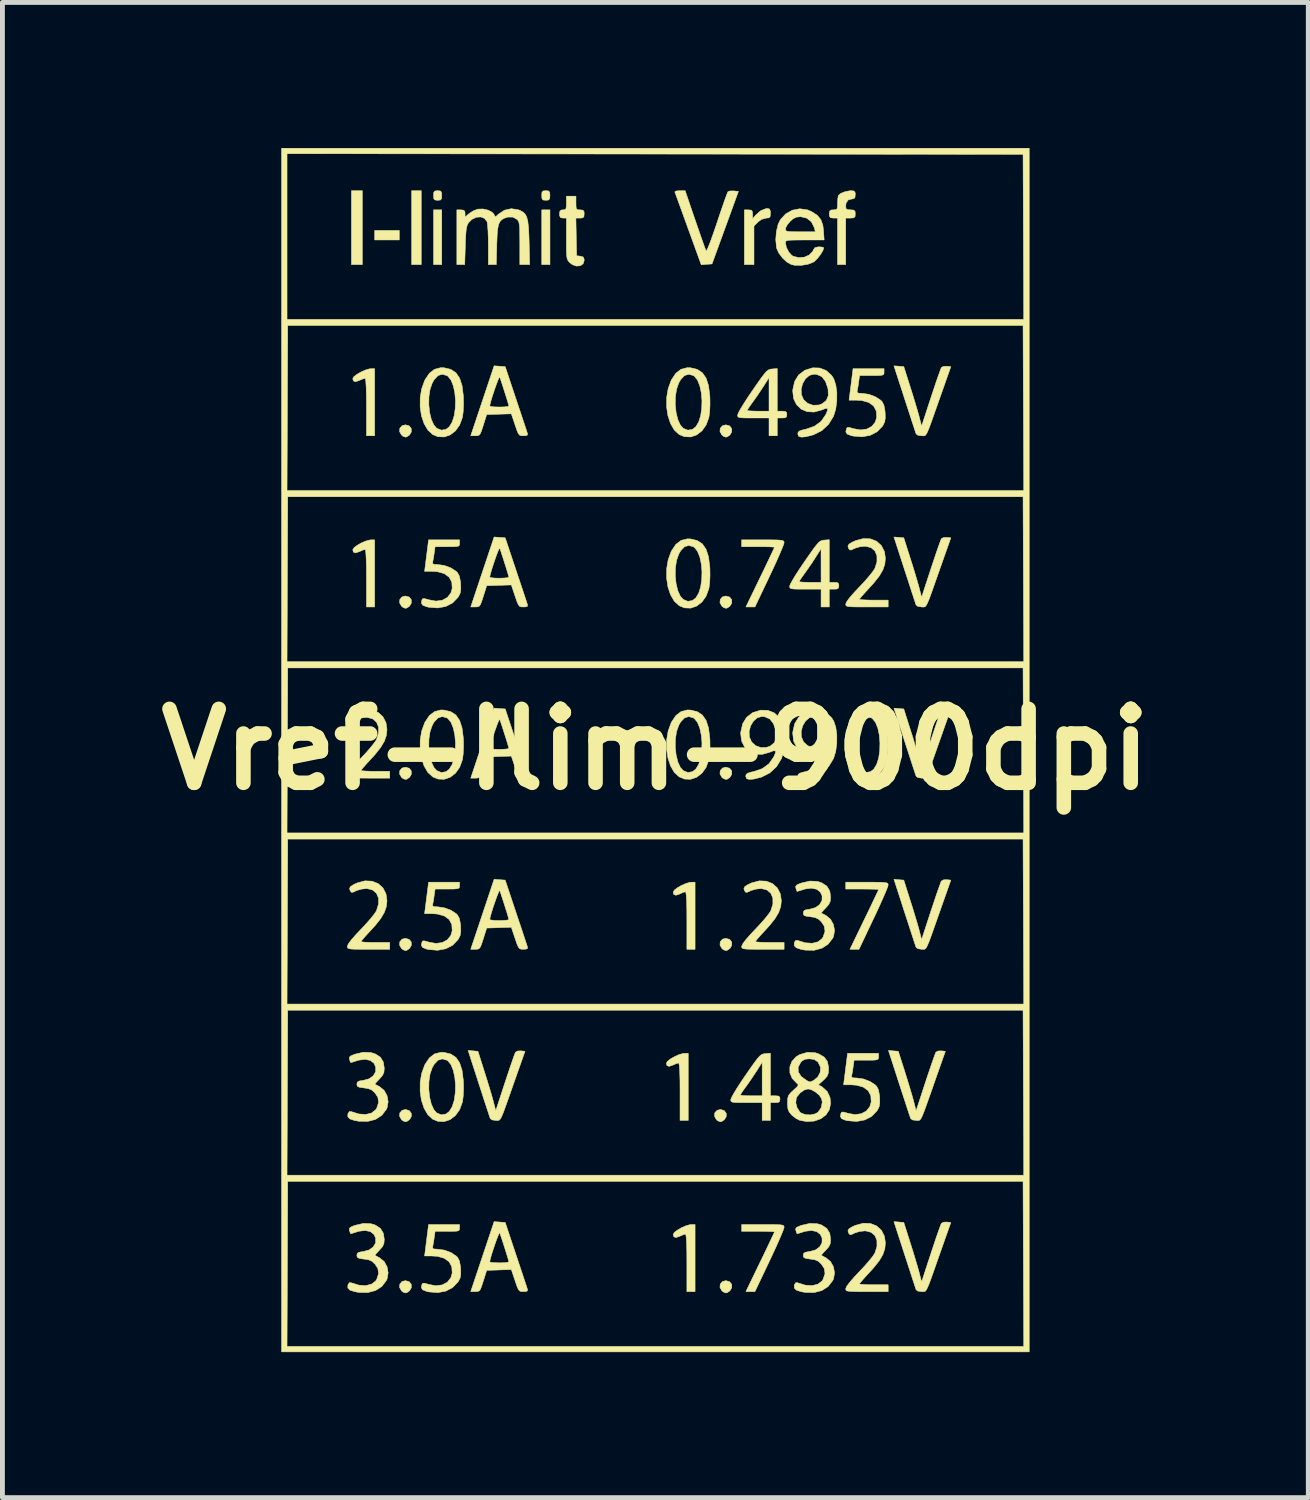
<source format=kicad_pcb>
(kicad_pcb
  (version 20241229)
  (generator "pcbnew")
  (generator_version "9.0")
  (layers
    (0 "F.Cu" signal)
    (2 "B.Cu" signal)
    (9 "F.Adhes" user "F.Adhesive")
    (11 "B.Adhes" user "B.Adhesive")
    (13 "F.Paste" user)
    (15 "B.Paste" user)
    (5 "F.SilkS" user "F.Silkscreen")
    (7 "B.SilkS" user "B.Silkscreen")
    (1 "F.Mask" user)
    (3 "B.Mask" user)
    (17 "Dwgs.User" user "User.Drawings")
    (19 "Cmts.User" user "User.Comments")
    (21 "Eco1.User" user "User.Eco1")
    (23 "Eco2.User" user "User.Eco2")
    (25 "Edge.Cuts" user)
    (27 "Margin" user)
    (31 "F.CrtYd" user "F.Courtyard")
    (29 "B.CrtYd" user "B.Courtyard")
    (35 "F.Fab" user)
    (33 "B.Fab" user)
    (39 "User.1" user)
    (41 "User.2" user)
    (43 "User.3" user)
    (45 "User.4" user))
  (footprint "Vref-Ilim-900dpi"
    (layer "F.Cu")
    (at 10.458 12.395)
    (property "Reference" "Vref-Ilim-900dpi" (at 0 0 0) (layer "F.SilkS") (effects (font (size 1.524 1.524) (thickness 0.3))))
    (attr through_hole)
    (fp_poly (pts (xy -6.04 -9.991) (xy -6.265 -9.991) (xy -6.265 -11.515) (xy -6.04 -11.515) (xy -6.04 -9.991)) (stroke (width 0.01) (type solid)) (fill yes) (layer "F.SilkS"))
    (fp_poly (pts (xy -5.278 -10.499) (xy -5.786 -10.499) (xy -5.786 -10.696) (xy -5.278 -10.696) (xy -5.278 -10.499)) (stroke (width 0.01) (type solid)) (fill yes) (layer "F.SilkS"))
    (fp_poly (pts (xy -4.826 -9.991) (xy -5.024 -9.991) (xy -5.024 -11.515) (xy -4.826 -11.515) (xy -4.826 -9.991)) (stroke (width 0.01) (type solid)) (fill yes) (layer "F.SilkS"))
    (fp_poly (pts (xy -4.403 -9.991) (xy -4.572 -9.991) (xy -4.572 -11.12) (xy -4.403 -11.12) (xy -4.403 -9.991)) (stroke (width 0.01) (type solid)) (fill yes) (layer "F.SilkS"))
    (fp_poly (pts (xy -2.173 -9.991) (xy -2.342 -9.991) (xy -2.342 -11.12) (xy -2.173 -11.12) (xy -2.173 -9.991)) (stroke (width 0.01) (type solid)) (fill yes) (layer "F.SilkS"))
    (fp_poly (pts (xy -5.074 -6.667) (xy -5.031 -6.612) (xy -5.03 -6.542) (xy -5.068 -6.479) (xy -5.12 -6.443) (xy -5.151 -6.435) (xy -5.2 -6.453) (xy -5.233 -6.479) (xy -5.273 -6.55) (xy -5.267 -6.619) (xy -5.221 -6.671) (xy -5.151 -6.689) (xy -5.074 -6.667)) (stroke (width 0.01) (type solid)) (fill yes) (layer "F.SilkS"))
    (fp_poly (pts (xy -5.074 -3.139) (xy -5.031 -3.085) (xy -5.03 -3.014) (xy -5.068 -2.951) (xy -5.12 -2.915) (xy -5.151 -2.907) (xy -5.2 -2.925) (xy -5.233 -2.951) (xy -5.273 -3.022) (xy -5.267 -3.091) (xy -5.221 -3.143) (xy -5.151 -3.161) (xy -5.074 -3.139)) (stroke (width 0.01) (type solid)) (fill yes) (layer "F.SilkS"))
    (fp_poly (pts (xy -5.074 0.389) (xy -5.031 0.443) (xy -5.03 0.514) (xy -5.068 0.577) (xy -5.12 0.613) (xy -5.151 0.621) (xy -5.2 0.602) (xy -5.233 0.577) (xy -5.273 0.506) (xy -5.267 0.436) (xy -5.221 0.385) (xy -5.151 0.367) (xy -5.074 0.389)) (stroke (width 0.01) (type solid)) (fill yes) (layer "F.SilkS"))
    (fp_poly (pts (xy -5.074 3.917) (xy -5.031 3.971) (xy -5.03 4.041) (xy -5.068 4.104) (xy -5.12 4.14) (xy -5.151 4.149) (xy -5.2 4.13) (xy -5.233 4.104) (xy -5.273 4.034) (xy -5.267 3.964) (xy -5.221 3.912) (xy -5.151 3.895) (xy -5.074 3.917)) (stroke (width 0.01) (type solid)) (fill yes) (layer "F.SilkS"))
    (fp_poly (pts (xy -5.074 7.444) (xy -5.031 7.499) (xy -5.03 7.569) (xy -5.068 7.632) (xy -5.12 7.668) (xy -5.151 7.676) (xy -5.2 7.658) (xy -5.233 7.632) (xy -5.273 7.561) (xy -5.267 7.492) (xy -5.221 7.44) (xy -5.151 7.422) (xy -5.074 7.444)) (stroke (width 0.01) (type solid)) (fill yes) (layer "F.SilkS"))
    (fp_poly (pts (xy -5.074 10.972) (xy -5.031 11.027) (xy -5.03 11.097) (xy -5.068 11.16) (xy -5.12 11.196) (xy -5.151 11.204) (xy -5.2 11.186) (xy -5.233 11.16) (xy -5.273 11.089) (xy -5.267 11.02) (xy -5.221 10.968) (xy -5.151 10.95) (xy -5.074 10.972)) (stroke (width 0.01) (type solid)) (fill yes) (layer "F.SilkS"))
    (fp_poly (pts (xy -4.43 -11.509) (xy -4.407 -11.481) (xy -4.403 -11.416) (xy -4.407 -11.35) (xy -4.431 -11.322) (xy -4.487 -11.317) (xy -4.544 -11.323) (xy -4.568 -11.351) (xy -4.572 -11.416) (xy -4.567 -11.482) (xy -4.543 -11.509) (xy -4.487 -11.515) (xy -4.43 -11.509)) (stroke (width 0.01) (type solid)) (fill yes) (layer "F.SilkS"))
    (fp_poly (pts (xy -2.201 -11.509) (xy -2.178 -11.481) (xy -2.173 -11.416) (xy -2.178 -11.35) (xy -2.202 -11.322) (xy -2.258 -11.317) (xy -2.315 -11.323) (xy -2.338 -11.351) (xy -2.342 -11.416) (xy -2.338 -11.482) (xy -2.314 -11.509) (xy -2.258 -11.515) (xy -2.201 -11.509)) (stroke (width 0.01) (type solid)) (fill yes) (layer "F.SilkS"))
    (fp_poly (pts (xy 1.417 7.444) (xy 1.46 7.499) (xy 1.461 7.569) (xy 1.423 7.632) (xy 1.371 7.668) (xy 1.341 7.676) (xy 1.291 7.658) (xy 1.258 7.632) (xy 1.218 7.561) (xy 1.224 7.492) (xy 1.271 7.44) (xy 1.341 7.422) (xy 1.417 7.444)) (stroke (width 0.01) (type solid)) (fill yes) (layer "F.SilkS"))
    (fp_poly (pts (xy 1.53 -6.667) (xy 1.573 -6.612) (xy 1.574 -6.542) (xy 1.536 -6.479) (xy 1.484 -6.443) (xy 1.453 -6.435) (xy 1.404 -6.453) (xy 1.371 -6.479) (xy 1.331 -6.55) (xy 1.337 -6.619) (xy 1.383 -6.671) (xy 1.453 -6.689) (xy 1.53 -6.667)) (stroke (width 0.01) (type solid)) (fill yes) (layer "F.SilkS"))
    (fp_poly (pts (xy 1.53 -3.139) (xy 1.573 -3.085) (xy 1.574 -3.014) (xy 1.536 -2.951) (xy 1.484 -2.915) (xy 1.453 -2.907) (xy 1.404 -2.925) (xy 1.371 -2.951) (xy 1.331 -3.022) (xy 1.337 -3.091) (xy 1.383 -3.143) (xy 1.453 -3.161) (xy 1.53 -3.139)) (stroke (width 0.01) (type solid)) (fill yes) (layer "F.SilkS"))
    (fp_poly (pts (xy 1.53 0.389) (xy 1.573 0.443) (xy 1.574 0.514) (xy 1.536 0.577) (xy 1.484 0.613) (xy 1.453 0.621) (xy 1.404 0.602) (xy 1.371 0.577) (xy 1.331 0.506) (xy 1.337 0.436) (xy 1.383 0.385) (xy 1.453 0.367) (xy 1.53 0.389)) (stroke (width 0.01) (type solid)) (fill yes) (layer "F.SilkS"))
    (fp_poly (pts (xy 1.53 3.917) (xy 1.573 3.971) (xy 1.574 4.041) (xy 1.536 4.104) (xy 1.484 4.14) (xy 1.453 4.149) (xy 1.404 4.13) (xy 1.371 4.104) (xy 1.331 4.034) (xy 1.337 3.964) (xy 1.383 3.912) (xy 1.453 3.895) (xy 1.53 3.917)) (stroke (width 0.01) (type solid)) (fill yes) (layer "F.SilkS"))
    (fp_poly (pts (xy 1.53 10.972) (xy 1.573 11.027) (xy 1.574 11.097) (xy 1.536 11.16) (xy 1.484 11.196) (xy 1.453 11.204) (xy 1.404 11.186) (xy 1.371 11.16) (xy 1.331 11.089) (xy 1.337 11.02) (xy 1.383 10.968) (xy 1.453 10.95) (xy 1.53 10.972)) (stroke (width 0.01) (type solid)) (fill yes) (layer "F.SilkS"))
    (fp_poly (pts (xy -5.786 -6.463) (xy -5.955 -6.463) (xy -5.955 -7.056) (xy -5.956 -7.286) (xy -5.961 -7.46) (xy -5.968 -7.577) (xy -5.977 -7.639) (xy -5.985 -7.648) (xy -6.028 -7.636) (xy -6.094 -7.607) (xy -6.098 -7.605) (xy -6.179 -7.577) (xy -6.225 -7.594) (xy -6.237 -7.643) (xy -6.213 -7.683) (xy -6.15 -7.731) (xy -6.066 -7.779) (xy -5.974 -7.82) (xy -5.892 -7.843) (xy -5.863 -7.846) (xy -5.786 -7.846) (xy -5.786 -6.463)) (stroke (width 0.01) (type solid)) (fill yes) (layer "F.SilkS"))
    (fp_poly (pts (xy -5.786 -2.935) (xy -5.955 -2.935) (xy -5.955 -3.528) (xy -5.956 -3.758) (xy -5.961 -3.932) (xy -5.968 -4.049) (xy -5.977 -4.111) (xy -5.985 -4.12) (xy -6.028 -4.108) (xy -6.094 -4.079) (xy -6.098 -4.077) (xy -6.179 -4.049) (xy -6.225 -4.066) (xy -6.237 -4.115) (xy -6.213 -4.155) (xy -6.15 -4.203) (xy -6.066 -4.252) (xy -5.974 -4.292) (xy -5.892 -4.315) (xy -5.863 -4.318) (xy -5.786 -4.318) (xy -5.786 -2.935)) (stroke (width 0.01) (type solid)) (fill yes) (layer "F.SilkS"))
    (fp_poly (pts (xy 0.677 7.648) (xy 0.508 7.648) (xy 0.508 7.056) (xy 0.507 6.825) (xy 0.502 6.651) (xy 0.495 6.534) (xy 0.485 6.473) (xy 0.478 6.463) (xy 0.435 6.475) (xy 0.369 6.504) (xy 0.365 6.506) (xy 0.284 6.534) (xy 0.238 6.518) (xy 0.226 6.468) (xy 0.25 6.429) (xy 0.312 6.38) (xy 0.397 6.332) (xy 0.488 6.291) (xy 0.571 6.268) (xy 0.6 6.265) (xy 0.677 6.265) (xy 0.677 7.648)) (stroke (width 0.01) (type solid)) (fill yes) (layer "F.SilkS"))
    (fp_poly (pts (xy 0.818 4.12) (xy 0.649 4.12) (xy 0.649 3.528) (xy 0.648 3.298) (xy 0.643 3.124) (xy 0.636 3.006) (xy 0.627 2.945) (xy 0.619 2.935) (xy 0.576 2.947) (xy 0.51 2.976) (xy 0.506 2.979) (xy 0.425 3.007) (xy 0.379 2.99) (xy 0.367 2.941) (xy 0.391 2.901) (xy 0.454 2.852) (xy 0.538 2.804) (xy 0.63 2.764) (xy 0.712 2.74) (xy 0.741 2.738) (xy 0.818 2.738) (xy 0.818 4.12)) (stroke (width 0.01) (type solid)) (fill yes) (layer "F.SilkS"))
    (fp_poly (pts (xy 0.818 11.176) (xy 0.649 11.176) (xy 0.649 10.583) (xy 0.648 10.353) (xy 0.643 10.179) (xy 0.636 10.062) (xy 0.627 10) (xy 0.619 9.991) (xy 0.576 10.003) (xy 0.51 10.032) (xy 0.506 10.034) (xy 0.425 10.062) (xy 0.379 10.045) (xy 0.367 9.996) (xy 0.391 9.956) (xy 0.454 9.908) (xy 0.538 9.859) (xy 0.63 9.819) (xy 0.712 9.796) (xy 0.741 9.793) (xy 0.818 9.793) (xy 0.818 11.176)) (stroke (width 0.01) (type solid)) (fill yes) (layer "F.SilkS"))
    (fp_poly (pts (xy 2.352 -11.137) (xy 2.369 -11.096) (xy 2.371 -11.049) (xy 2.366 -10.983) (xy 2.342 -10.955) (xy 2.284 -10.95) (xy 2.185 -10.923) (xy 2.114 -10.868) (xy 2.032 -10.785) (xy 2.032 -9.991) (xy 1.834 -9.991) (xy 1.834 -11.12) (xy 1.919 -11.12) (xy 1.977 -11.113) (xy 2 -11.083) (xy 2.004 -11.028) (xy 2.004 -10.936) (xy 2.067 -11.011) (xy 2.17 -11.102) (xy 2.279 -11.145) (xy 2.312 -11.148) (xy 2.352 -11.137)) (stroke (width 0.01) (type solid)) (fill yes) (layer "F.SilkS"))
    (fp_poly (pts (xy 4.526 2.738) (xy 4.644 2.74) (xy 4.721 2.744) (xy 4.767 2.751) (xy 4.79 2.764) (xy 4.797 2.782) (xy 4.798 2.796) (xy 4.786 2.838) (xy 4.753 2.922) (xy 4.702 3.041) (xy 4.636 3.189) (xy 4.56 3.356) (xy 4.497 3.488) (xy 4.197 4.12) (xy 4.01 4.12) (xy 4.305 3.51) (xy 4.388 3.339) (xy 4.461 3.186) (xy 4.522 3.058) (xy 4.568 2.961) (xy 4.595 2.903) (xy 4.6 2.889) (xy 4.574 2.885) (xy 4.502 2.882) (xy 4.395 2.88) (xy 4.265 2.879) (xy 3.923 2.879) (xy 3.923 2.738) (xy 4.36 2.738) (xy 4.526 2.738)) (stroke (width 0.01) (type solid)) (fill yes) (layer "F.SilkS"))
    (fp_poly (pts (xy 2.381 -4.318) (xy 2.499 -4.316) (xy 2.576 -4.312) (xy 2.622 -4.304) (xy 2.645 -4.292) (xy 2.652 -4.274) (xy 2.653 -4.259) (xy 2.641 -4.218) (xy 2.608 -4.134) (xy 2.557 -4.014) (xy 2.492 -3.867) (xy 2.415 -3.7) (xy 2.353 -3.568) (xy 2.052 -2.935) (xy 1.865 -2.935) (xy 2.16 -3.545) (xy 2.243 -3.716) (xy 2.316 -3.869) (xy 2.377 -3.998) (xy 2.423 -4.095) (xy 2.45 -4.153) (xy 2.455 -4.166) (xy 2.429 -4.17) (xy 2.357 -4.174) (xy 2.25 -4.176) (xy 2.12 -4.177) (xy 2.117 -4.177) (xy 1.778 -4.177) (xy 1.778 -4.318) (xy 2.215 -4.318) (xy 2.381 -4.318)) (stroke (width 0.01) (type solid)) (fill yes) (layer "F.SilkS"))
    (fp_poly (pts (xy 2.381 9.793) (xy 2.499 9.795) (xy 2.576 9.799) (xy 2.622 9.807) (xy 2.645 9.819) (xy 2.652 9.837) (xy 2.653 9.852) (xy 2.641 9.893) (xy 2.608 9.977) (xy 2.557 10.097) (xy 2.492 10.244) (xy 2.415 10.411) (xy 2.353 10.543) (xy 2.052 11.176) (xy 1.865 11.176) (xy 2.16 10.566) (xy 2.243 10.395) (xy 2.316 10.242) (xy 2.377 10.113) (xy 2.423 10.016) (xy 2.45 9.958) (xy 2.455 9.945) (xy 2.429 9.941) (xy 2.357 9.937) (xy 2.25 9.935) (xy 2.12 9.934) (xy 2.117 9.934) (xy 1.778 9.934) (xy 1.778 9.793) (xy 2.215 9.793) (xy 2.381 9.793)) (stroke (width 0.01) (type solid)) (fill yes) (layer "F.SilkS"))
    (fp_poly (pts (xy 0.818 -10.915) (xy 0.879 -10.739) (xy 0.934 -10.581) (xy 0.981 -10.447) (xy 1.017 -10.346) (xy 1.04 -10.287) (xy 1.044 -10.276) (xy 1.059 -10.289) (xy 1.089 -10.351) (xy 1.132 -10.459) (xy 1.186 -10.609) (xy 1.25 -10.795) (xy 1.27 -10.854) (xy 1.329 -11.032) (xy 1.384 -11.191) (xy 1.43 -11.325) (xy 1.467 -11.425) (xy 1.49 -11.484) (xy 1.496 -11.495) (xy 1.535 -11.509) (xy 1.605 -11.51) (xy 1.614 -11.51) (xy 1.712 -11.501) (xy 1.44 -10.753) (xy 1.167 -10.005) (xy 1.056 -9.997) (xy 0.945 -9.988) (xy 0.677 -10.727) (xy 0.607 -10.92) (xy 0.543 -11.097) (xy 0.488 -11.249) (xy 0.444 -11.369) (xy 0.414 -11.452) (xy 0.4 -11.489) (xy 0.4 -11.49) (xy 0.419 -11.506) (xy 0.477 -11.514) (xy 0.502 -11.515) (xy 0.613 -11.515) (xy 0.818 -10.915)) (stroke (width 0.01) (type solid)) (fill yes) (layer "F.SilkS"))
    (fp_poly (pts (xy 5.007 6.223) (xy 5.142 6.646) (xy 5.193 6.81) (xy 5.242 6.972) (xy 5.285 7.116) (xy 5.317 7.228) (xy 5.325 7.259) (xy 5.374 7.448) (xy 5.565 6.864) (xy 5.623 6.69) (xy 5.676 6.534) (xy 5.721 6.403) (xy 5.756 6.305) (xy 5.777 6.25) (xy 5.781 6.242) (xy 5.826 6.217) (xy 5.891 6.214) (xy 5.977 6.223) (xy 5.768 6.816) (xy 5.687 7.049) (xy 5.621 7.234) (xy 5.57 7.377) (xy 5.531 7.483) (xy 5.5 7.558) (xy 5.476 7.606) (xy 5.456 7.634) (xy 5.437 7.647) (xy 5.416 7.65) (xy 5.392 7.649) (xy 5.373 7.648) (xy 5.297 7.637) (xy 5.26 7.608) (xy 5.248 7.571) (xy 5.22 7.488) (xy 5.18 7.366) (xy 5.131 7.214) (xy 5.074 7.04) (xy 5.024 6.887) (xy 4.804 6.206) (xy 5.007 6.223)) (stroke (width 0.01) (type solid)) (fill yes) (layer "F.SilkS"))
    (fp_poly (pts (xy -3.759 6.214) (xy -3.657 6.223) (xy -3.523 6.646) (xy -3.471 6.81) (xy -3.422 6.972) (xy -3.379 7.116) (xy -3.347 7.228) (xy -3.339 7.259) (xy -3.29 7.448) (xy -3.099 6.864) (xy -3.041 6.69) (xy -2.989 6.534) (xy -2.943 6.403) (xy -2.909 6.305) (xy -2.887 6.25) (xy -2.883 6.242) (xy -2.838 6.217) (xy -2.773 6.214) (xy -2.687 6.223) (xy -2.896 6.816) (xy -2.978 7.049) (xy -3.043 7.234) (xy -3.094 7.377) (xy -3.133 7.483) (xy -3.164 7.558) (xy -3.188 7.606) (xy -3.209 7.634) (xy -3.228 7.647) (xy -3.248 7.65) (xy -3.272 7.649) (xy -3.291 7.648) (xy -3.367 7.637) (xy -3.404 7.608) (xy -3.417 7.571) (xy -3.444 7.488) (xy -3.484 7.366) (xy -3.534 7.214) (xy -3.59 7.04) (xy -3.64 6.887) (xy -3.86 6.206) (xy -3.759 6.214)) (stroke (width 0.01) (type solid)) (fill yes) (layer "F.SilkS"))
    (fp_poly (pts (xy 4.096 -11.507) (xy 4.118 -11.474) (xy 4.12 -11.43) (xy 4.112 -11.369) (xy 4.08 -11.347) (xy 4.056 -11.345) (xy 3.975 -11.324) (xy 3.931 -11.26) (xy 3.923 -11.199) (xy 3.929 -11.145) (xy 3.959 -11.124) (xy 4.022 -11.12) (xy 4.088 -11.115) (xy 4.115 -11.091) (xy 4.12 -11.035) (xy 4.115 -10.978) (xy 4.087 -10.955) (xy 4.022 -10.95) (xy 3.923 -10.95) (xy 3.923 -9.991) (xy 3.754 -9.991) (xy 3.754 -10.95) (xy 3.669 -10.95) (xy 3.609 -10.957) (xy 3.587 -10.99) (xy 3.584 -11.035) (xy 3.591 -11.095) (xy 3.624 -11.117) (xy 3.669 -11.12) (xy 3.72 -11.123) (xy 3.745 -11.143) (xy 3.753 -11.195) (xy 3.754 -11.254) (xy 3.758 -11.34) (xy 3.769 -11.405) (xy 3.776 -11.421) (xy 3.827 -11.462) (xy 3.912 -11.495) (xy 4.008 -11.513) (xy 4.038 -11.515) (xy 4.096 -11.507)) (stroke (width 0.01) (type solid)) (fill yes) (layer "F.SilkS"))
    (fp_poly (pts (xy 5.018 -7.897) (xy 5.12 -7.888) (xy 5.254 -7.465) (xy 5.306 -7.301) (xy 5.355 -7.139) (xy 5.398 -6.995) (xy 5.43 -6.883) (xy 5.438 -6.852) (xy 5.487 -6.663) (xy 5.678 -7.247) (xy 5.736 -7.421) (xy 5.788 -7.577) (xy 5.834 -7.708) (xy 5.869 -7.806) (xy 5.89 -7.861) (xy 5.894 -7.869) (xy 5.939 -7.894) (xy 6.004 -7.897) (xy 6.09 -7.888) (xy 5.881 -7.295) (xy 5.799 -7.063) (xy 5.734 -6.877) (xy 5.683 -6.734) (xy 5.644 -6.628) (xy 5.613 -6.553) (xy 5.589 -6.505) (xy 5.569 -6.477) (xy 5.549 -6.464) (xy 5.529 -6.461) (xy 5.505 -6.462) (xy 5.486 -6.463) (xy 5.41 -6.474) (xy 5.373 -6.503) (xy 5.36 -6.54) (xy 5.333 -6.624) (xy 5.293 -6.745) (xy 5.244 -6.897) (xy 5.187 -7.071) (xy 5.137 -7.225) (xy 4.917 -7.905) (xy 5.018 -7.897)) (stroke (width 0.01) (type solid)) (fill yes) (layer "F.SilkS"))
    (fp_poly (pts (xy 5.018 -4.369) (xy 5.12 -4.36) (xy 5.254 -3.937) (xy 5.306 -3.773) (xy 5.355 -3.612) (xy 5.398 -3.467) (xy 5.43 -3.355) (xy 5.438 -3.324) (xy 5.487 -3.135) (xy 5.678 -3.72) (xy 5.736 -3.893) (xy 5.788 -4.049) (xy 5.834 -4.181) (xy 5.869 -4.278) (xy 5.89 -4.333) (xy 5.894 -4.341) (xy 5.939 -4.366) (xy 6.004 -4.369) (xy 6.09 -4.36) (xy 5.881 -3.768) (xy 5.799 -3.535) (xy 5.734 -3.35) (xy 5.683 -3.207) (xy 5.644 -3.1) (xy 5.613 -3.026) (xy 5.589 -2.977) (xy 5.569 -2.949) (xy 5.549 -2.936) (xy 5.529 -2.933) (xy 5.505 -2.934) (xy 5.486 -2.935) (xy 5.41 -2.947) (xy 5.373 -2.976) (xy 5.36 -3.013) (xy 5.333 -3.096) (xy 5.293 -3.217) (xy 5.244 -3.369) (xy 5.187 -3.544) (xy 5.137 -3.697) (xy 4.917 -4.377) (xy 5.018 -4.369)) (stroke (width 0.01) (type solid)) (fill yes) (layer "F.SilkS"))
    (fp_poly (pts (xy 5.018 -0.841) (xy 5.12 -0.833) (xy 5.254 -0.409) (xy 5.306 -0.246) (xy 5.355 -0.084) (xy 5.398 0.061) (xy 5.43 0.173) (xy 5.438 0.203) (xy 5.487 0.393) (xy 5.678 -0.192) (xy 5.736 -0.365) (xy 5.788 -0.522) (xy 5.834 -0.653) (xy 5.869 -0.75) (xy 5.89 -0.805) (xy 5.894 -0.813) (xy 5.939 -0.838) (xy 6.004 -0.842) (xy 6.09 -0.833) (xy 5.881 -0.24) (xy 5.799 -0.007) (xy 5.734 0.178) (xy 5.683 0.321) (xy 5.644 0.427) (xy 5.613 0.502) (xy 5.589 0.551) (xy 5.569 0.579) (xy 5.549 0.592) (xy 5.529 0.595) (xy 5.505 0.593) (xy 5.486 0.593) (xy 5.41 0.581) (xy 5.373 0.552) (xy 5.36 0.515) (xy 5.333 0.432) (xy 5.293 0.311) (xy 5.244 0.159) (xy 5.187 -0.016) (xy 5.137 -0.169) (xy 4.917 -0.85) (xy 5.018 -0.841)) (stroke (width 0.01) (type solid)) (fill yes) (layer "F.SilkS"))
    (fp_poly (pts (xy 5.018 2.687) (xy 5.12 2.695) (xy 5.254 3.119) (xy 5.306 3.282) (xy 5.355 3.444) (xy 5.398 3.588) (xy 5.43 3.7) (xy 5.438 3.731) (xy 5.487 3.92) (xy 5.678 3.336) (xy 5.736 3.163) (xy 5.788 3.006) (xy 5.834 2.875) (xy 5.869 2.778) (xy 5.89 2.722) (xy 5.894 2.714) (xy 5.939 2.689) (xy 6.004 2.686) (xy 6.09 2.695) (xy 5.881 3.288) (xy 5.799 3.521) (xy 5.734 3.706) (xy 5.683 3.849) (xy 5.644 3.955) (xy 5.613 4.03) (xy 5.589 4.079) (xy 5.569 4.107) (xy 5.549 4.119) (xy 5.529 4.122) (xy 5.505 4.121) (xy 5.486 4.12) (xy 5.41 4.109) (xy 5.373 4.08) (xy 5.36 4.043) (xy 5.333 3.96) (xy 5.293 3.838) (xy 5.244 3.687) (xy 5.187 3.512) (xy 5.137 3.359) (xy 4.917 2.678) (xy 5.018 2.687)) (stroke (width 0.01) (type solid)) (fill yes) (layer "F.SilkS"))
    (fp_poly (pts (xy 5.018 9.742) (xy 5.12 9.751) (xy 5.254 10.174) (xy 5.306 10.338) (xy 5.355 10.5) (xy 5.398 10.644) (xy 5.43 10.756) (xy 5.438 10.787) (xy 5.487 10.976) (xy 5.678 10.392) (xy 5.736 10.218) (xy 5.788 10.062) (xy 5.834 9.931) (xy 5.869 9.833) (xy 5.89 9.778) (xy 5.894 9.77) (xy 5.939 9.745) (xy 6.004 9.742) (xy 6.09 9.751) (xy 5.881 10.343) (xy 5.799 10.576) (xy 5.734 10.762) (xy 5.683 10.905) (xy 5.644 11.011) (xy 5.613 11.085) (xy 5.589 11.134) (xy 5.569 11.162) (xy 5.549 11.175) (xy 5.529 11.178) (xy 5.505 11.177) (xy 5.486 11.176) (xy 5.41 11.165) (xy 5.373 11.136) (xy 5.36 11.098) (xy 5.333 11.015) (xy 5.293 10.894) (xy 5.244 10.742) (xy 5.187 10.567) (xy 5.137 10.414) (xy 4.917 9.734) (xy 5.018 9.742)) (stroke (width 0.01) (type solid)) (fill yes) (layer "F.SilkS"))
    (fp_poly (pts (xy -1.637 -11.261) (xy -1.635 -11.177) (xy -1.624 -11.135) (xy -1.594 -11.121) (xy -1.552 -11.12) (xy -1.492 -11.113) (xy -1.47 -11.08) (xy -1.468 -11.035) (xy -1.474 -10.975) (xy -1.507 -10.953) (xy -1.553 -10.95) (xy -1.638 -10.95) (xy -1.631 -10.562) (xy -1.623 -10.174) (xy -1.545 -10.165) (xy -1.488 -10.148) (xy -1.469 -10.103) (xy -1.468 -10.076) (xy -1.49 -10.007) (xy -1.547 -9.968) (xy -1.624 -9.961) (xy -1.708 -9.988) (xy -1.765 -10.032) (xy -1.792 -10.061) (xy -1.811 -10.092) (xy -1.823 -10.135) (xy -1.83 -10.2) (xy -1.833 -10.296) (xy -1.834 -10.434) (xy -1.834 -10.526) (xy -1.834 -10.95) (xy -1.905 -10.95) (xy -1.955 -10.959) (xy -1.974 -10.998) (xy -1.976 -11.035) (xy -1.968 -11.095) (xy -1.936 -11.118) (xy -1.905 -11.12) (xy -1.863 -11.124) (xy -1.842 -11.147) (xy -1.835 -11.204) (xy -1.834 -11.261) (xy -1.834 -11.402) (xy -1.637 -11.402) (xy -1.637 -11.261)) (stroke (width 0.01) (type solid)) (fill yes) (layer "F.SilkS"))
    (fp_poly (pts (xy 3.584 -3.443) (xy 3.683 -3.443) (xy 3.75 -3.438) (xy 3.777 -3.414) (xy 3.782 -3.373) (xy 3.774 -3.325) (xy 3.741 -3.305) (xy 3.683 -3.302) (xy 3.584 -3.302) (xy 3.584 -2.935) (xy 3.415 -2.935) (xy 3.415 -3.302) (xy 3.09 -3.302) (xy 2.951 -3.302) (xy 2.859 -3.305) (xy 2.804 -3.311) (xy 2.777 -3.324) (xy 2.768 -3.344) (xy 2.767 -3.365) (xy 2.783 -3.408) (xy 2.811 -3.458) (xy 2.963 -3.458) (xy 2.989 -3.451) (xy 3.058 -3.446) (xy 3.157 -3.443) (xy 3.189 -3.443) (xy 3.415 -3.443) (xy 3.414 -4.135) (xy 3.301 -3.957) (xy 3.225 -3.839) (xy 3.139 -3.715) (xy 3.076 -3.626) (xy 3.019 -3.547) (xy 2.979 -3.487) (xy 2.963 -3.458) (xy 2.811 -3.458) (xy 2.827 -3.488) (xy 2.893 -3.597) (xy 2.977 -3.727) (xy 3.071 -3.866) (xy 3.177 -4.019) (xy 3.257 -4.132) (xy 3.317 -4.21) (xy 3.362 -4.261) (xy 3.399 -4.291) (xy 3.433 -4.306) (xy 3.47 -4.312) (xy 3.479 -4.313) (xy 3.584 -4.321) (xy 3.584 -3.443)) (stroke (width 0.01) (type solid)) (fill yes) (layer "F.SilkS"))
    (fp_poly (pts (xy 2.371 7.14) (xy 2.469 7.14) (xy 2.536 7.145) (xy 2.564 7.169) (xy 2.568 7.211) (xy 2.561 7.258) (xy 2.528 7.278) (xy 2.469 7.281) (xy 2.371 7.281) (xy 2.371 7.648) (xy 2.201 7.648) (xy 2.201 7.281) (xy 1.877 7.281) (xy 1.738 7.281) (xy 1.645 7.278) (xy 1.59 7.272) (xy 1.563 7.259) (xy 1.554 7.239) (xy 1.554 7.218) (xy 1.57 7.175) (xy 1.597 7.125) (xy 1.75 7.125) (xy 1.776 7.132) (xy 1.845 7.137) (xy 1.944 7.14) (xy 1.976 7.14) (xy 2.201 7.14) (xy 2.201 6.795) (xy 2.201 6.449) (xy 2.088 6.627) (xy 2.011 6.744) (xy 1.926 6.869) (xy 1.862 6.957) (xy 1.805 7.036) (xy 1.765 7.097) (xy 1.75 7.125) (xy 1.597 7.125) (xy 1.613 7.095) (xy 1.68 6.986) (xy 1.763 6.857) (xy 1.858 6.717) (xy 1.964 6.564) (xy 2.044 6.451) (xy 2.103 6.373) (xy 2.149 6.322) (xy 2.186 6.292) (xy 2.219 6.278) (xy 2.256 6.271) (xy 2.265 6.271) (xy 2.371 6.262) (xy 2.371 7.14)) (stroke (width 0.01) (type solid)) (fill yes) (layer "F.SilkS"))
    (fp_poly (pts (xy 2.512 -6.971) (xy 2.611 -6.971) (xy 2.677 -6.966) (xy 2.705 -6.942) (xy 2.709 -6.9) (xy 2.702 -6.853) (xy 2.669 -6.833) (xy 2.611 -6.83) (xy 2.512 -6.83) (xy 2.512 -6.463) (xy 2.342 -6.463) (xy 2.342 -6.83) (xy 2.018 -6.83) (xy 1.879 -6.83) (xy 1.786 -6.833) (xy 1.731 -6.839) (xy 1.704 -6.852) (xy 1.695 -6.872) (xy 1.695 -6.893) (xy 1.711 -6.936) (xy 1.738 -6.986) (xy 1.891 -6.986) (xy 1.917 -6.979) (xy 1.986 -6.974) (xy 2.085 -6.971) (xy 2.117 -6.971) (xy 2.342 -6.971) (xy 2.342 -7.317) (xy 2.342 -7.662) (xy 2.229 -7.484) (xy 2.152 -7.367) (xy 2.067 -7.242) (xy 2.003 -7.154) (xy 1.947 -7.075) (xy 1.906 -7.014) (xy 1.891 -6.986) (xy 1.738 -6.986) (xy 1.755 -7.016) (xy 1.821 -7.125) (xy 1.904 -7.254) (xy 1.999 -7.394) (xy 2.105 -7.547) (xy 2.185 -7.66) (xy 2.245 -7.738) (xy 2.29 -7.789) (xy 2.327 -7.819) (xy 2.361 -7.834) (xy 2.397 -7.84) (xy 2.406 -7.84) (xy 2.512 -7.849) (xy 2.512 -6.971)) (stroke (width 0.01) (type solid)) (fill yes) (layer "F.SilkS"))
    (fp_poly (pts (xy 4.6 6.336) (xy 4.598 6.369) (xy 4.585 6.39) (xy 4.549 6.401) (xy 4.48 6.406) (xy 4.367 6.406) (xy 4.348 6.406) (xy 4.096 6.406) (xy 4.077 6.54) (xy 4.064 6.631) (xy 4.05 6.704) (xy 4.046 6.724) (xy 4.046 6.755) (xy 4.077 6.77) (xy 4.153 6.774) (xy 4.154 6.774) (xy 4.288 6.793) (xy 4.422 6.844) (xy 4.531 6.915) (xy 4.557 6.94) (xy 4.596 7.012) (xy 4.618 7.125) (xy 4.623 7.177) (xy 4.625 7.285) (xy 4.614 7.36) (xy 4.583 7.425) (xy 4.567 7.451) (xy 4.458 7.565) (xy 4.316 7.638) (xy 4.149 7.669) (xy 3.965 7.654) (xy 3.916 7.643) (xy 3.839 7.612) (xy 3.812 7.567) (xy 3.825 7.5) (xy 3.842 7.477) (xy 3.878 7.475) (xy 3.947 7.494) (xy 3.966 7.501) (xy 4.112 7.527) (xy 4.242 7.51) (xy 4.348 7.454) (xy 4.42 7.363) (xy 4.448 7.267) (xy 4.44 7.137) (xy 4.385 7.034) (xy 4.285 6.961) (xy 4.144 6.922) (xy 4.035 6.914) (xy 3.879 6.914) (xy 3.961 6.265) (xy 4.6 6.265) (xy 4.6 6.336)) (stroke (width 0.01) (type solid)) (fill yes) (layer "F.SilkS"))
    (fp_poly (pts (xy -4.036 -4.247) (xy -4.038 -4.214) (xy -4.051 -4.193) (xy -4.087 -4.182) (xy -4.156 -4.178) (xy -4.269 -4.177) (xy -4.288 -4.177) (xy -4.54 -4.177) (xy -4.559 -4.043) (xy -4.572 -3.952) (xy -4.586 -3.879) (xy -4.59 -3.859) (xy -4.59 -3.828) (xy -4.559 -3.813) (xy -4.483 -3.809) (xy -4.482 -3.809) (xy -4.348 -3.79) (xy -4.214 -3.74) (xy -4.105 -3.668) (xy -4.079 -3.643) (xy -4.04 -3.571) (xy -4.018 -3.459) (xy -4.013 -3.406) (xy -4.011 -3.299) (xy -4.022 -3.223) (xy -4.053 -3.158) (xy -4.069 -3.133) (xy -4.178 -3.019) (xy -4.32 -2.945) (xy -4.487 -2.915) (xy -4.671 -2.929) (xy -4.72 -2.941) (xy -4.797 -2.972) (xy -4.824 -3.017) (xy -4.811 -3.084) (xy -4.794 -3.106) (xy -4.758 -3.108) (xy -4.689 -3.089) (xy -4.67 -3.083) (xy -4.524 -3.056) (xy -4.394 -3.073) (xy -4.288 -3.13) (xy -4.216 -3.221) (xy -4.188 -3.316) (xy -4.196 -3.447) (xy -4.251 -3.549) (xy -4.351 -3.622) (xy -4.492 -3.662) (xy -4.601 -3.669) (xy -4.757 -3.669) (xy -4.716 -3.993) (xy -4.675 -4.318) (xy -4.036 -4.318) (xy -4.036 -4.247)) (stroke (width 0.01) (type solid)) (fill yes) (layer "F.SilkS"))
    (fp_poly (pts (xy -4.036 2.808) (xy -4.038 2.842) (xy -4.051 2.862) (xy -4.087 2.873) (xy -4.156 2.878) (xy -4.269 2.879) (xy -4.288 2.879) (xy -4.54 2.879) (xy -4.559 3.013) (xy -4.572 3.104) (xy -4.586 3.177) (xy -4.59 3.196) (xy -4.59 3.227) (xy -4.559 3.242) (xy -4.483 3.246) (xy -4.482 3.246) (xy -4.348 3.266) (xy -4.214 3.316) (xy -4.105 3.387) (xy -4.079 3.413) (xy -4.04 3.484) (xy -4.018 3.597) (xy -4.013 3.649) (xy -4.011 3.757) (xy -4.022 3.832) (xy -4.053 3.897) (xy -4.069 3.923) (xy -4.178 4.037) (xy -4.32 4.11) (xy -4.487 4.141) (xy -4.671 4.126) (xy -4.72 4.115) (xy -4.797 4.084) (xy -4.824 4.039) (xy -4.811 3.972) (xy -4.794 3.949) (xy -4.758 3.948) (xy -4.689 3.967) (xy -4.67 3.973) (xy -4.524 3.999) (xy -4.394 3.982) (xy -4.288 3.926) (xy -4.216 3.835) (xy -4.188 3.739) (xy -4.196 3.609) (xy -4.251 3.506) (xy -4.351 3.434) (xy -4.492 3.394) (xy -4.601 3.387) (xy -4.757 3.387) (xy -4.716 3.062) (xy -4.675 2.738) (xy -4.036 2.738) (xy -4.036 2.808)) (stroke (width 0.01) (type solid)) (fill yes) (layer "F.SilkS"))
    (fp_poly (pts (xy -4.036 9.864) (xy -4.038 9.897) (xy -4.051 9.918) (xy -4.087 9.929) (xy -4.156 9.933) (xy -4.269 9.934) (xy -4.288 9.934) (xy -4.54 9.934) (xy -4.559 10.068) (xy -4.572 10.159) (xy -4.586 10.232) (xy -4.59 10.252) (xy -4.59 10.283) (xy -4.559 10.298) (xy -4.483 10.302) (xy -4.482 10.302) (xy -4.348 10.321) (xy -4.214 10.371) (xy -4.105 10.443) (xy -4.079 10.468) (xy -4.04 10.54) (xy -4.018 10.652) (xy -4.013 10.705) (xy -4.011 10.813) (xy -4.022 10.888) (xy -4.053 10.953) (xy -4.069 10.978) (xy -4.178 11.092) (xy -4.32 11.166) (xy -4.487 11.197) (xy -4.671 11.182) (xy -4.72 11.17) (xy -4.797 11.139) (xy -4.824 11.094) (xy -4.811 11.027) (xy -4.794 11.005) (xy -4.758 11.003) (xy -4.689 11.022) (xy -4.67 11.028) (xy -4.524 11.055) (xy -4.394 11.038) (xy -4.288 10.982) (xy -4.216 10.89) (xy -4.188 10.795) (xy -4.196 10.664) (xy -4.251 10.562) (xy -4.351 10.489) (xy -4.492 10.449) (xy -4.601 10.442) (xy -4.757 10.442) (xy -4.716 10.118) (xy -4.675 9.793) (xy -4.036 9.793) (xy -4.036 9.864)) (stroke (width 0.01) (type solid)) (fill yes) (layer "F.SilkS"))
    (fp_poly (pts (xy 4.713 -7.775) (xy 4.711 -7.742) (xy 4.698 -7.721) (xy 4.662 -7.71) (xy 4.593 -7.705) (xy 4.48 -7.705) (xy 4.461 -7.705) (xy 4.209 -7.705) (xy 4.19 -7.571) (xy 4.177 -7.48) (xy 4.163 -7.407) (xy 4.159 -7.387) (xy 4.159 -7.356) (xy 4.19 -7.341) (xy 4.266 -7.337) (xy 4.267 -7.337) (xy 4.401 -7.318) (xy 4.535 -7.267) (xy 4.644 -7.196) (xy 4.67 -7.171) (xy 4.709 -7.099) (xy 4.731 -6.986) (xy 4.736 -6.934) (xy 4.738 -6.826) (xy 4.727 -6.751) (xy 4.696 -6.686) (xy 4.68 -6.66) (xy 4.571 -6.547) (xy 4.429 -6.473) (xy 4.262 -6.442) (xy 4.078 -6.457) (xy 4.029 -6.469) (xy 3.952 -6.5) (xy 3.925 -6.544) (xy 3.938 -6.611) (xy 3.955 -6.634) (xy 3.991 -6.636) (xy 4.06 -6.617) (xy 4.079 -6.611) (xy 4.225 -6.584) (xy 4.355 -6.601) (xy 4.461 -6.657) (xy 4.533 -6.748) (xy 4.561 -6.844) (xy 4.553 -6.974) (xy 4.498 -7.077) (xy 4.398 -7.15) (xy 4.257 -7.189) (xy 4.148 -7.197) (xy 3.992 -7.197) (xy 4.033 -7.521) (xy 4.074 -7.846) (xy 4.713 -7.846) (xy 4.713 -7.775)) (stroke (width 0.01) (type solid)) (fill yes) (layer "F.SilkS"))
    (fp_poly (pts (xy -4.354 -7.865) (xy -4.217 -7.832) (xy -4.111 -7.762) (xy -4.035 -7.652) (xy -3.985 -7.498) (xy -3.959 -7.295) (xy -3.956 -7.256) (xy -3.954 -7.105) (xy -3.961 -6.961) (xy -3.976 -6.848) (xy -3.978 -6.839) (xy -4.034 -6.686) (xy -4.12 -6.565) (xy -4.229 -6.481) (xy -4.352 -6.439) (xy -4.481 -6.444) (xy -4.589 -6.488) (xy -4.69 -6.581) (xy -4.768 -6.715) (xy -4.822 -6.878) (xy -4.849 -7.06) (xy -4.848 -7.104) (xy -4.67 -7.104) (xy -4.653 -6.943) (xy -4.618 -6.799) (xy -4.566 -6.685) (xy -4.506 -6.617) (xy -4.41 -6.579) (xy -4.316 -6.596) (xy -4.249 -6.647) (xy -4.189 -6.744) (xy -4.147 -6.875) (xy -4.125 -7.028) (xy -4.12 -7.19) (xy -4.134 -7.35) (xy -4.165 -7.494) (xy -4.213 -7.612) (xy -4.277 -7.691) (xy -4.295 -7.703) (xy -4.392 -7.731) (xy -4.48 -7.704) (xy -4.559 -7.62) (xy -4.598 -7.552) (xy -4.644 -7.421) (xy -4.667 -7.268) (xy -4.67 -7.104) (xy -4.848 -7.104) (xy -4.848 -7.249) (xy -4.817 -7.434) (xy -4.755 -7.604) (xy -4.749 -7.617) (xy -4.658 -7.752) (xy -4.551 -7.835) (xy -4.423 -7.867) (xy -4.354 -7.865)) (stroke (width 0.01) (type solid)) (fill yes) (layer "F.SilkS"))
    (fp_poly (pts (xy -4.354 -0.81) (xy -4.217 -0.777) (xy -4.111 -0.707) (xy -4.035 -0.597) (xy -3.985 -0.442) (xy -3.959 -0.24) (xy -3.956 -0.2) (xy -3.954 -0.049) (xy -3.961 0.094) (xy -3.976 0.207) (xy -3.978 0.216) (xy -4.034 0.37) (xy -4.12 0.491) (xy -4.229 0.575) (xy -4.352 0.617) (xy -4.481 0.612) (xy -4.589 0.567) (xy -4.69 0.475) (xy -4.768 0.341) (xy -4.822 0.178) (xy -4.849 -0.004) (xy -4.848 -0.048) (xy -4.67 -0.048) (xy -4.653 0.112) (xy -4.618 0.256) (xy -4.566 0.371) (xy -4.506 0.438) (xy -4.41 0.477) (xy -4.316 0.46) (xy -4.249 0.409) (xy -4.189 0.311) (xy -4.147 0.18) (xy -4.125 0.028) (xy -4.12 -0.134) (xy -4.134 -0.294) (xy -4.165 -0.439) (xy -4.213 -0.557) (xy -4.277 -0.635) (xy -4.295 -0.648) (xy -4.392 -0.676) (xy -4.48 -0.648) (xy -4.559 -0.565) (xy -4.598 -0.497) (xy -4.644 -0.366) (xy -4.667 -0.212) (xy -4.67 -0.048) (xy -4.848 -0.048) (xy -4.848 -0.193) (xy -4.817 -0.379) (xy -4.755 -0.549) (xy -4.749 -0.561) (xy -4.658 -0.697) (xy -4.551 -0.779) (xy -4.423 -0.812) (xy -4.354 -0.81)) (stroke (width 0.01) (type solid)) (fill yes) (layer "F.SilkS"))
    (fp_poly (pts (xy -4.354 6.246) (xy -4.217 6.279) (xy -4.111 6.349) (xy -4.035 6.459) (xy -3.985 6.613) (xy -3.959 6.816) (xy -3.956 6.855) (xy -3.954 7.006) (xy -3.961 7.15) (xy -3.976 7.263) (xy -3.978 7.272) (xy -4.034 7.425) (xy -4.12 7.546) (xy -4.229 7.63) (xy -4.352 7.672) (xy -4.481 7.667) (xy -4.589 7.623) (xy -4.69 7.53) (xy -4.768 7.396) (xy -4.822 7.233) (xy -4.849 7.051) (xy -4.848 7.007) (xy -4.67 7.007) (xy -4.653 7.168) (xy -4.618 7.312) (xy -4.566 7.426) (xy -4.506 7.494) (xy -4.41 7.532) (xy -4.316 7.515) (xy -4.249 7.464) (xy -4.189 7.367) (xy -4.147 7.236) (xy -4.125 7.083) (xy -4.12 6.921) (xy -4.134 6.762) (xy -4.165 6.617) (xy -4.213 6.499) (xy -4.277 6.42) (xy -4.295 6.408) (xy -4.392 6.38) (xy -4.48 6.407) (xy -4.559 6.491) (xy -4.598 6.559) (xy -4.644 6.69) (xy -4.667 6.844) (xy -4.67 7.007) (xy -4.848 7.007) (xy -4.848 6.862) (xy -4.817 6.677) (xy -4.755 6.507) (xy -4.749 6.494) (xy -4.658 6.359) (xy -4.551 6.276) (xy -4.423 6.244) (xy -4.354 6.246)) (stroke (width 0.01) (type solid)) (fill yes) (layer "F.SilkS"))
    (fp_poly (pts (xy 0.726 -7.865) (xy 0.863 -7.832) (xy 0.969 -7.762) (xy 1.045 -7.652) (xy 1.095 -7.498) (xy 1.121 -7.295) (xy 1.124 -7.256) (xy 1.126 -7.105) (xy 1.119 -6.961) (xy 1.104 -6.848) (xy 1.102 -6.839) (xy 1.046 -6.686) (xy 0.96 -6.565) (xy 0.851 -6.481) (xy 0.728 -6.439) (xy 0.599 -6.444) (xy 0.491 -6.488) (xy 0.39 -6.581) (xy 0.312 -6.715) (xy 0.258 -6.878) (xy 0.231 -7.06) (xy 0.232 -7.104) (xy 0.41 -7.104) (xy 0.427 -6.943) (xy 0.462 -6.799) (xy 0.514 -6.685) (xy 0.574 -6.617) (xy 0.67 -6.579) (xy 0.764 -6.596) (xy 0.831 -6.647) (xy 0.891 -6.744) (xy 0.933 -6.875) (xy 0.955 -7.028) (xy 0.96 -7.19) (xy 0.946 -7.35) (xy 0.915 -7.494) (xy 0.867 -7.612) (xy 0.803 -7.691) (xy 0.785 -7.703) (xy 0.688 -7.731) (xy 0.6 -7.704) (xy 0.521 -7.62) (xy 0.482 -7.552) (xy 0.436 -7.421) (xy 0.413 -7.268) (xy 0.41 -7.104) (xy 0.232 -7.104) (xy 0.232 -7.249) (xy 0.263 -7.434) (xy 0.325 -7.604) (xy 0.331 -7.617) (xy 0.422 -7.752) (xy 0.529 -7.835) (xy 0.657 -7.867) (xy 0.726 -7.865)) (stroke (width 0.01) (type solid)) (fill yes) (layer "F.SilkS"))
    (fp_poly (pts (xy 0.726 -4.337) (xy 0.863 -4.304) (xy 0.969 -4.235) (xy 1.045 -4.124) (xy 1.095 -3.97) (xy 1.121 -3.767) (xy 1.124 -3.728) (xy 1.126 -3.577) (xy 1.119 -3.434) (xy 1.104 -3.321) (xy 1.102 -3.312) (xy 1.046 -3.158) (xy 0.96 -3.037) (xy 0.851 -2.953) (xy 0.728 -2.911) (xy 0.599 -2.916) (xy 0.491 -2.961) (xy 0.39 -3.053) (xy 0.312 -3.187) (xy 0.258 -3.35) (xy 0.231 -3.532) (xy 0.232 -3.576) (xy 0.41 -3.576) (xy 0.427 -3.416) (xy 0.462 -3.271) (xy 0.514 -3.157) (xy 0.574 -3.09) (xy 0.67 -3.051) (xy 0.764 -3.068) (xy 0.831 -3.119) (xy 0.891 -3.216) (xy 0.933 -3.347) (xy 0.955 -3.5) (xy 0.96 -3.662) (xy 0.946 -3.822) (xy 0.915 -3.967) (xy 0.867 -4.084) (xy 0.803 -4.163) (xy 0.785 -4.175) (xy 0.688 -4.203) (xy 0.6 -4.176) (xy 0.521 -4.093) (xy 0.482 -4.024) (xy 0.436 -3.894) (xy 0.413 -3.74) (xy 0.41 -3.576) (xy 0.232 -3.576) (xy 0.232 -3.721) (xy 0.263 -3.906) (xy 0.325 -4.076) (xy 0.331 -4.089) (xy 0.422 -4.225) (xy 0.529 -4.307) (xy 0.657 -4.339) (xy 0.726 -4.337)) (stroke (width 0.01) (type solid)) (fill yes) (layer "F.SilkS"))
    (fp_poly (pts (xy 0.726 -0.81) (xy 0.863 -0.777) (xy 0.969 -0.707) (xy 1.045 -0.597) (xy 1.095 -0.442) (xy 1.121 -0.24) (xy 1.124 -0.2) (xy 1.126 -0.049) (xy 1.119 0.094) (xy 1.104 0.207) (xy 1.102 0.216) (xy 1.046 0.37) (xy 0.96 0.491) (xy 0.851 0.575) (xy 0.728 0.617) (xy 0.599 0.612) (xy 0.491 0.567) (xy 0.39 0.475) (xy 0.312 0.341) (xy 0.258 0.178) (xy 0.231 -0.004) (xy 0.232 -0.048) (xy 0.41 -0.048) (xy 0.427 0.112) (xy 0.462 0.256) (xy 0.514 0.371) (xy 0.574 0.438) (xy 0.67 0.477) (xy 0.764 0.46) (xy 0.831 0.409) (xy 0.891 0.311) (xy 0.933 0.18) (xy 0.955 0.028) (xy 0.96 -0.134) (xy 0.946 -0.294) (xy 0.915 -0.439) (xy 0.867 -0.557) (xy 0.803 -0.635) (xy 0.785 -0.648) (xy 0.688 -0.676) (xy 0.6 -0.648) (xy 0.521 -0.565) (xy 0.482 -0.497) (xy 0.436 -0.366) (xy 0.413 -0.212) (xy 0.41 -0.048) (xy 0.232 -0.048) (xy 0.232 -0.193) (xy 0.263 -0.379) (xy 0.325 -0.549) (xy 0.331 -0.561) (xy 0.422 -0.697) (xy 0.529 -0.779) (xy 0.657 -0.812) (xy 0.726 -0.81)) (stroke (width 0.01) (type solid)) (fill yes) (layer "F.SilkS"))
    (fp_poly (pts (xy 4.395 -0.81) (xy 4.532 -0.777) (xy 4.638 -0.707) (xy 4.714 -0.597) (xy 4.764 -0.442) (xy 4.79 -0.24) (xy 4.792 -0.2) (xy 4.794 -0.049) (xy 4.788 0.094) (xy 4.773 0.207) (xy 4.771 0.216) (xy 4.715 0.37) (xy 4.629 0.491) (xy 4.52 0.575) (xy 4.397 0.617) (xy 4.268 0.612) (xy 4.16 0.567) (xy 4.059 0.475) (xy 3.98 0.341) (xy 3.927 0.178) (xy 3.9 -0.004) (xy 3.9 -0.048) (xy 4.079 -0.048) (xy 4.096 0.112) (xy 4.131 0.256) (xy 4.183 0.371) (xy 4.243 0.438) (xy 4.339 0.477) (xy 4.433 0.46) (xy 4.5 0.409) (xy 4.56 0.311) (xy 4.602 0.18) (xy 4.624 0.028) (xy 4.628 -0.134) (xy 4.615 -0.294) (xy 4.584 -0.439) (xy 4.536 -0.557) (xy 4.472 -0.635) (xy 4.454 -0.648) (xy 4.357 -0.676) (xy 4.269 -0.648) (xy 4.19 -0.565) (xy 4.151 -0.497) (xy 4.105 -0.366) (xy 4.082 -0.212) (xy 4.079 -0.048) (xy 3.9 -0.048) (xy 3.901 -0.193) (xy 3.932 -0.379) (xy 3.993 -0.549) (xy 4 -0.561) (xy 4.091 -0.697) (xy 4.198 -0.779) (xy 4.326 -0.812) (xy 4.395 -0.81)) (stroke (width 0.01) (type solid)) (fill yes) (layer "F.SilkS"))
    (fp_poly (pts (xy -5.84 -0.811) (xy -5.713 -0.761) (xy -5.615 -0.672) (xy -5.552 -0.549) (xy -5.532 -0.411) (xy -5.544 -0.289) (xy -5.585 -0.17) (xy -5.659 -0.044) (xy -5.772 0.099) (xy -5.859 0.195) (xy -5.944 0.287) (xy -6.012 0.364) (xy -6.056 0.416) (xy -6.068 0.434) (xy -6.042 0.441) (xy -5.97 0.447) (xy -5.866 0.451) (xy -5.771 0.452) (xy -5.475 0.452) (xy -5.475 0.593) (xy -5.913 0.593) (xy -6.078 0.592) (xy -6.196 0.591) (xy -6.273 0.587) (xy -6.319 0.579) (xy -6.342 0.567) (xy -6.349 0.548) (xy -6.35 0.532) (xy -6.329 0.483) (xy -6.268 0.4) (xy -6.17 0.288) (xy -6.074 0.186) (xy -5.968 0.074) (xy -5.874 -0.034) (xy -5.8 -0.126) (xy -5.754 -0.192) (xy -5.749 -0.202) (xy -5.706 -0.34) (xy -5.707 -0.462) (xy -5.748 -0.561) (xy -5.827 -0.629) (xy -5.939 -0.658) (xy -5.957 -0.658) (xy -6.059 -0.647) (xy -6.155 -0.619) (xy -6.173 -0.611) (xy -6.234 -0.582) (xy -6.266 -0.582) (xy -6.289 -0.612) (xy -6.292 -0.618) (xy -6.304 -0.663) (xy -6.282 -0.702) (xy -6.218 -0.742) (xy -6.144 -0.776) (xy -5.986 -0.817) (xy -5.84 -0.811)) (stroke (width 0.01) (type solid)) (fill yes) (layer "F.SilkS"))
    (fp_poly (pts (xy -5.84 2.717) (xy -5.713 2.767) (xy -5.615 2.855) (xy -5.552 2.979) (xy -5.532 3.117) (xy -5.544 3.239) (xy -5.585 3.358) (xy -5.659 3.484) (xy -5.772 3.627) (xy -5.859 3.723) (xy -5.944 3.815) (xy -6.012 3.891) (xy -6.056 3.944) (xy -6.068 3.962) (xy -6.042 3.969) (xy -5.97 3.975) (xy -5.866 3.978) (xy -5.771 3.979) (xy -5.475 3.979) (xy -5.475 4.12) (xy -5.913 4.12) (xy -6.078 4.12) (xy -6.196 4.119) (xy -6.273 4.115) (xy -6.319 4.107) (xy -6.342 4.095) (xy -6.349 4.076) (xy -6.35 4.06) (xy -6.329 4.01) (xy -6.268 3.928) (xy -6.17 3.815) (xy -6.074 3.714) (xy -5.968 3.601) (xy -5.874 3.494) (xy -5.8 3.402) (xy -5.754 3.336) (xy -5.749 3.326) (xy -5.706 3.188) (xy -5.707 3.066) (xy -5.748 2.967) (xy -5.827 2.899) (xy -5.939 2.87) (xy -5.957 2.869) (xy -6.059 2.881) (xy -6.155 2.909) (xy -6.173 2.917) (xy -6.234 2.946) (xy -6.266 2.946) (xy -6.289 2.916) (xy -6.292 2.91) (xy -6.304 2.865) (xy -6.282 2.826) (xy -6.218 2.786) (xy -6.144 2.752) (xy -5.986 2.71) (xy -5.84 2.717)) (stroke (width 0.01) (type solid)) (fill yes) (layer "F.SilkS"))
    (fp_poly (pts (xy -3.095 -7.888) (xy -2.874 -7.225) (xy -2.812 -7.039) (xy -2.755 -6.87) (xy -2.707 -6.724) (xy -2.669 -6.611) (xy -2.645 -6.537) (xy -2.637 -6.512) (xy -2.636 -6.479) (xy -2.67 -6.465) (xy -2.719 -6.463) (xy -2.768 -6.465) (xy -2.801 -6.478) (xy -2.827 -6.512) (xy -2.855 -6.578) (xy -2.892 -6.688) (xy -2.893 -6.69) (xy -2.969 -6.916) (xy -3.223 -6.908) (xy -3.477 -6.9) (xy -3.546 -6.682) (xy -3.581 -6.574) (xy -3.607 -6.509) (xy -3.633 -6.476) (xy -3.668 -6.464) (xy -3.71 -6.463) (xy -3.806 -6.463) (xy -3.601 -7.077) (xy -3.414 -7.077) (xy -3.389 -7.066) (xy -3.321 -7.059) (xy -3.225 -7.056) (xy -3.217 -7.056) (xy -3.12 -7.058) (xy -3.049 -7.066) (xy -3.02 -7.076) (xy -3.02 -7.077) (xy -3.028 -7.11) (xy -3.05 -7.185) (xy -3.083 -7.292) (xy -3.123 -7.417) (xy -3.166 -7.551) (xy -3.208 -7.676) (xy -3.219 -7.664) (xy -3.244 -7.61) (xy -3.276 -7.526) (xy -3.312 -7.424) (xy -3.348 -7.316) (xy -3.38 -7.215) (xy -3.403 -7.132) (xy -3.414 -7.08) (xy -3.414 -7.077) (xy -3.601 -7.077) (xy -3.565 -7.184) (xy -3.324 -7.905) (xy -3.095 -7.888)) (stroke (width 0.01) (type solid)) (fill yes) (layer "F.SilkS"))
    (fp_poly (pts (xy -3.095 -4.36) (xy -2.874 -3.697) (xy -2.812 -3.512) (xy -2.755 -3.342) (xy -2.707 -3.197) (xy -2.669 -3.083) (xy -2.645 -3.009) (xy -2.637 -2.985) (xy -2.636 -2.951) (xy -2.67 -2.937) (xy -2.719 -2.935) (xy -2.768 -2.937) (xy -2.801 -2.95) (xy -2.827 -2.984) (xy -2.855 -3.051) (xy -2.892 -3.16) (xy -2.893 -3.162) (xy -2.969 -3.389) (xy -3.223 -3.381) (xy -3.477 -3.373) (xy -3.546 -3.154) (xy -3.581 -3.046) (xy -3.607 -2.981) (xy -3.633 -2.948) (xy -3.668 -2.937) (xy -3.71 -2.935) (xy -3.806 -2.935) (xy -3.601 -3.549) (xy -3.414 -3.549) (xy -3.389 -3.539) (xy -3.321 -3.531) (xy -3.225 -3.528) (xy -3.217 -3.528) (xy -3.12 -3.531) (xy -3.049 -3.538) (xy -3.02 -3.548) (xy -3.02 -3.549) (xy -3.028 -3.582) (xy -3.05 -3.658) (xy -3.083 -3.764) (xy -3.123 -3.89) (xy -3.166 -4.023) (xy -3.208 -4.149) (xy -3.219 -4.136) (xy -3.244 -4.082) (xy -3.276 -3.998) (xy -3.312 -3.896) (xy -3.348 -3.788) (xy -3.38 -3.687) (xy -3.403 -3.604) (xy -3.414 -3.552) (xy -3.414 -3.549) (xy -3.601 -3.549) (xy -3.565 -3.656) (xy -3.324 -4.377) (xy -3.095 -4.36)) (stroke (width 0.01) (type solid)) (fill yes) (layer "F.SilkS"))
    (fp_poly (pts (xy -3.095 2.695) (xy -2.874 3.358) (xy -2.812 3.544) (xy -2.755 3.713) (xy -2.707 3.859) (xy -2.669 3.973) (xy -2.645 4.047) (xy -2.637 4.071) (xy -2.636 4.105) (xy -2.67 4.118) (xy -2.719 4.12) (xy -2.768 4.119) (xy -2.801 4.106) (xy -2.827 4.071) (xy -2.855 4.005) (xy -2.892 3.896) (xy -2.893 3.894) (xy -2.969 3.667) (xy -3.223 3.675) (xy -3.477 3.683) (xy -3.546 3.902) (xy -3.581 4.01) (xy -3.607 4.074) (xy -3.633 4.107) (xy -3.668 4.119) (xy -3.71 4.12) (xy -3.806 4.12) (xy -3.601 3.507) (xy -3.414 3.507) (xy -3.389 3.517) (xy -3.321 3.525) (xy -3.225 3.528) (xy -3.217 3.528) (xy -3.12 3.525) (xy -3.049 3.518) (xy -3.02 3.508) (xy -3.02 3.507) (xy -3.028 3.473) (xy -3.05 3.398) (xy -3.083 3.292) (xy -3.123 3.166) (xy -3.166 3.032) (xy -3.208 2.907) (xy -3.219 2.919) (xy -3.244 2.974) (xy -3.276 3.058) (xy -3.312 3.16) (xy -3.348 3.267) (xy -3.38 3.369) (xy -3.403 3.451) (xy -3.414 3.504) (xy -3.414 3.507) (xy -3.601 3.507) (xy -3.565 3.399) (xy -3.324 2.678) (xy -3.095 2.695)) (stroke (width 0.01) (type solid)) (fill yes) (layer "F.SilkS"))
    (fp_poly (pts (xy -3.095 9.751) (xy -2.874 10.414) (xy -2.812 10.599) (xy -2.755 10.769) (xy -2.707 10.915) (xy -2.669 11.028) (xy -2.645 11.102) (xy -2.637 11.127) (xy -2.636 11.16) (xy -2.67 11.174) (xy -2.719 11.176) (xy -2.768 11.174) (xy -2.801 11.161) (xy -2.827 11.127) (xy -2.855 11.061) (xy -2.892 10.951) (xy -2.893 10.949) (xy -2.969 10.722) (xy -3.223 10.73) (xy -3.477 10.739) (xy -3.546 10.957) (xy -3.581 11.065) (xy -3.607 11.13) (xy -3.633 11.163) (xy -3.668 11.175) (xy -3.71 11.176) (xy -3.806 11.176) (xy -3.601 10.562) (xy -3.414 10.562) (xy -3.389 10.573) (xy -3.321 10.58) (xy -3.225 10.583) (xy -3.217 10.583) (xy -3.12 10.581) (xy -3.049 10.573) (xy -3.02 10.563) (xy -3.02 10.562) (xy -3.028 10.529) (xy -3.05 10.453) (xy -3.083 10.347) (xy -3.123 10.221) (xy -3.166 10.088) (xy -3.208 9.962) (xy -3.219 9.975) (xy -3.244 10.029) (xy -3.276 10.113) (xy -3.312 10.215) (xy -3.348 10.323) (xy -3.38 10.424) (xy -3.403 10.507) (xy -3.414 10.559) (xy -3.414 10.562) (xy -3.601 10.562) (xy -3.565 10.455) (xy -3.324 9.734) (xy -3.095 9.751)) (stroke (width 0.01) (type solid)) (fill yes) (layer "F.SilkS"))
    (fp_poly (pts (xy 2.288 2.717) (xy 2.415 2.767) (xy 2.513 2.855) (xy 2.576 2.979) (xy 2.596 3.117) (xy 2.584 3.239) (xy 2.543 3.358) (xy 2.469 3.484) (xy 2.356 3.627) (xy 2.269 3.723) (xy 2.184 3.815) (xy 2.116 3.891) (xy 2.072 3.944) (xy 2.06 3.962) (xy 2.086 3.969) (xy 2.158 3.975) (xy 2.262 3.978) (xy 2.357 3.979) (xy 2.653 3.979) (xy 2.653 4.12) (xy 2.215 4.12) (xy 2.05 4.12) (xy 1.932 4.119) (xy 1.855 4.115) (xy 1.809 4.107) (xy 1.786 4.095) (xy 1.779 4.076) (xy 1.778 4.06) (xy 1.799 4.01) (xy 1.86 3.928) (xy 1.958 3.815) (xy 2.054 3.714) (xy 2.16 3.601) (xy 2.254 3.494) (xy 2.328 3.402) (xy 2.374 3.336) (xy 2.379 3.326) (xy 2.422 3.188) (xy 2.421 3.066) (xy 2.38 2.967) (xy 2.301 2.899) (xy 2.189 2.87) (xy 2.171 2.869) (xy 2.069 2.881) (xy 1.973 2.909) (xy 1.955 2.917) (xy 1.894 2.946) (xy 1.862 2.946) (xy 1.839 2.916) (xy 1.836 2.91) (xy 1.824 2.865) (xy 1.846 2.826) (xy 1.91 2.786) (xy 1.984 2.752) (xy 2.142 2.71) (xy 2.288 2.717)) (stroke (width 0.01) (type solid)) (fill yes) (layer "F.SilkS"))
    (fp_poly (pts (xy 4.433 -4.339) (xy 4.56 -4.289) (xy 4.658 -4.2) (xy 4.721 -4.077) (xy 4.741 -3.939) (xy 4.729 -3.817) (xy 4.688 -3.697) (xy 4.614 -3.571) (xy 4.501 -3.429) (xy 4.414 -3.333) (xy 4.329 -3.241) (xy 4.261 -3.164) (xy 4.217 -3.112) (xy 4.205 -3.093) (xy 4.231 -3.086) (xy 4.302 -3.081) (xy 4.407 -3.077) (xy 4.501 -3.076) (xy 4.798 -3.076) (xy 4.798 -2.935) (xy 4.36 -2.935) (xy 4.195 -2.935) (xy 4.077 -2.937) (xy 4 -2.941) (xy 3.954 -2.949) (xy 3.931 -2.961) (xy 3.924 -2.979) (xy 3.923 -2.996) (xy 3.944 -3.045) (xy 4.005 -3.128) (xy 4.103 -3.24) (xy 4.199 -3.342) (xy 4.305 -3.454) (xy 4.399 -3.562) (xy 4.473 -3.654) (xy 4.518 -3.72) (xy 4.524 -3.73) (xy 4.567 -3.867) (xy 4.566 -3.99) (xy 4.525 -4.089) (xy 4.446 -4.157) (xy 4.334 -4.186) (xy 4.315 -4.186) (xy 4.213 -4.175) (xy 4.118 -4.147) (xy 4.1 -4.139) (xy 4.039 -4.11) (xy 4.007 -4.11) (xy 3.984 -4.139) (xy 3.981 -4.146) (xy 3.968 -4.191) (xy 3.991 -4.23) (xy 4.055 -4.27) (xy 4.129 -4.303) (xy 4.287 -4.345) (xy 4.433 -4.339)) (stroke (width 0.01) (type solid)) (fill yes) (layer "F.SilkS"))
    (fp_poly (pts (xy 4.433 9.772) (xy 4.56 9.822) (xy 4.658 9.911) (xy 4.721 10.034) (xy 4.741 10.172) (xy 4.729 10.294) (xy 4.688 10.414) (xy 4.614 10.54) (xy 4.501 10.682) (xy 4.414 10.778) (xy 4.329 10.87) (xy 4.261 10.947) (xy 4.217 10.999) (xy 4.205 11.018) (xy 4.231 11.025) (xy 4.302 11.03) (xy 4.407 11.034) (xy 4.501 11.035) (xy 4.798 11.035) (xy 4.798 11.176) (xy 4.36 11.176) (xy 4.195 11.176) (xy 4.077 11.174) (xy 4 11.17) (xy 3.954 11.163) (xy 3.931 11.15) (xy 3.924 11.132) (xy 3.923 11.115) (xy 3.944 11.066) (xy 4.005 10.984) (xy 4.103 10.871) (xy 4.199 10.769) (xy 4.305 10.657) (xy 4.399 10.549) (xy 4.473 10.457) (xy 4.518 10.391) (xy 4.524 10.382) (xy 4.567 10.244) (xy 4.566 10.121) (xy 4.525 10.022) (xy 4.446 9.954) (xy 4.334 9.925) (xy 4.315 9.925) (xy 4.213 9.936) (xy 4.118 9.964) (xy 4.1 9.972) (xy 4.039 10.001) (xy 4.007 10.001) (xy 3.984 9.972) (xy 3.981 9.966) (xy 3.968 9.92) (xy 3.991 9.881) (xy 4.055 9.841) (xy 4.129 9.808) (xy 4.287 9.766) (xy 4.433 9.772)) (stroke (width 0.01) (type solid)) (fill yes) (layer "F.SilkS"))
    (fp_poly (pts (xy -3.21 -0.841) (xy -3.095 -0.833) (xy -2.874 -0.169) (xy -2.812 0.016) (xy -2.755 0.186) (xy -2.707 0.331) (xy -2.669 0.445) (xy -2.645 0.519) (xy -2.637 0.543) (xy -2.636 0.577) (xy -2.67 0.591) (xy -2.719 0.593) (xy -2.768 0.591) (xy -2.801 0.578) (xy -2.827 0.544) (xy -2.855 0.477) (xy -2.892 0.368) (xy -2.893 0.366) (xy -2.969 0.139) (xy -3.223 0.147) (xy -3.477 0.155) (xy -3.546 0.374) (xy -3.581 0.482) (xy -3.607 0.547) (xy -3.633 0.58) (xy -3.668 0.591) (xy -3.71 0.593) (xy -3.806 0.593) (xy -3.601 -0.021) (xy -3.414 -0.021) (xy -3.389 -0.011) (xy -3.321 -0.003) (xy -3.225 -0.000017) (xy -3.217 0) (xy -3.12 -0.003) (xy -3.049 -0.01) (xy -3.02 -0.02) (xy -3.02 -0.021) (xy -3.028 -0.054) (xy -3.05 -0.13) (xy -3.083 -0.236) (xy -3.123 -0.362) (xy -3.166 -0.495) (xy -3.208 -0.621) (xy -3.219 -0.608) (xy -3.244 -0.554) (xy -3.276 -0.47) (xy -3.312 -0.368) (xy -3.348 -0.26) (xy -3.38 -0.159) (xy -3.403 -0.076) (xy -3.414 -0.024) (xy -3.414 -0.021) (xy -3.601 -0.021) (xy -3.565 -0.128) (xy -3.324 -0.85) (xy -3.21 -0.841)) (stroke (width 0.01) (type solid)) (fill yes) (layer "F.SilkS"))
    (fp_poly (pts (xy 7.705 12.418) (xy -7.705 12.418) (xy -7.705 12.305) (xy -7.592 12.305) (xy 7.592 12.305) (xy 7.578 8.904) (xy -7.578 8.904) (xy -7.592 12.305) (xy -7.705 12.305) (xy -7.705 8.777) (xy -7.592 8.777) (xy 7.592 8.777) (xy 7.578 5.376) (xy -7.578 5.376) (xy -7.592 8.777) (xy -7.705 8.777) (xy -7.705 5.249) (xy -7.592 5.249) (xy 7.592 5.249) (xy 7.585 3.549) (xy 7.578 1.849) (xy -7.578 1.849) (xy -7.585 3.549) (xy -7.592 5.249) (xy -7.705 5.249) (xy -7.705 1.722) (xy -7.592 1.722) (xy 7.592 1.722) (xy 7.578 -1.679) (xy -7.578 -1.679) (xy -7.592 1.722) (xy -7.705 1.722) (xy -7.705 -1.806) (xy -7.592 -1.806) (xy 7.592 -1.806) (xy 7.578 -5.207) (xy -7.578 -5.207) (xy -7.592 -1.806) (xy -7.705 -1.806) (xy -7.705 -5.334) (xy -7.592 -5.334) (xy 7.592 -5.334) (xy 7.578 -8.735) (xy -7.578 -8.735) (xy -7.592 -5.334) (xy -7.705 -5.334) (xy -7.705 -8.862) (xy -7.592 -8.862) (xy 7.592 -8.862) (xy 7.585 -10.562) (xy 7.578 -12.263) (xy -0.007 -12.27) (xy -7.592 -12.277) (xy -7.592 -8.862) (xy -7.705 -8.862) (xy -7.705 -12.39) (xy 7.705 -12.39) (xy 7.705 12.418)) (stroke (width 0.01) (type solid)) (fill yes) (layer "F.SilkS"))
    (fp_poly (pts (xy 2.316 -0.805) (xy 2.449 -0.753) (xy 2.558 -0.655) (xy 2.602 -0.585) (xy 2.646 -0.459) (xy 2.667 -0.299) (xy 2.667 -0.125) (xy 2.644 0.043) (xy 2.6 0.188) (xy 2.599 0.19) (xy 2.497 0.357) (xy 2.357 0.486) (xy 2.19 0.571) (xy 2.17 0.577) (xy 2.029 0.612) (xy 1.933 0.621) (xy 1.879 0.602) (xy 1.863 0.556) (xy 1.87 0.518) (xy 1.899 0.493) (xy 1.962 0.472) (xy 2.032 0.456) (xy 2.206 0.396) (xy 2.342 0.295) (xy 2.438 0.158) (xy 2.438 0.158) (xy 2.474 0.073) (xy 2.475 0.032) (xy 2.438 0.028) (xy 2.359 0.058) (xy 2.352 0.061) (xy 2.198 0.104) (xy 2.056 0.096) (xy 1.933 0.043) (xy 1.837 -0.049) (xy 1.776 -0.174) (xy 1.758 -0.328) (xy 1.76 -0.36) (xy 1.762 -0.367) (xy 1.932 -0.367) (xy 1.937 -0.257) (xy 1.984 -0.151) (xy 2.068 -0.075) (xy 2.176 -0.037) (xy 2.294 -0.042) (xy 2.367 -0.068) (xy 2.452 -0.137) (xy 2.491 -0.234) (xy 2.487 -0.363) (xy 2.482 -0.389) (xy 2.433 -0.531) (xy 2.359 -0.625) (xy 2.257 -0.671) (xy 2.193 -0.677) (xy 2.1 -0.651) (xy 2.021 -0.582) (xy 1.962 -0.483) (xy 1.932 -0.367) (xy 1.762 -0.367) (xy 1.799 -0.529) (xy 1.879 -0.66) (xy 2.001 -0.754) (xy 2.014 -0.76) (xy 2.168 -0.808) (xy 2.316 -0.805)) (stroke (width 0.01) (type solid)) (fill yes) (layer "F.SilkS"))
    (fp_poly (pts (xy 3.388 -7.86) (xy 3.521 -7.808) (xy 3.63 -7.71) (xy 3.675 -7.641) (xy 3.718 -7.514) (xy 3.74 -7.355) (xy 3.739 -7.181) (xy 3.717 -7.012) (xy 3.673 -6.868) (xy 3.671 -6.865) (xy 3.569 -6.699) (xy 3.43 -6.569) (xy 3.262 -6.485) (xy 3.242 -6.479) (xy 3.101 -6.443) (xy 3.006 -6.435) (xy 2.952 -6.454) (xy 2.935 -6.5) (xy 2.942 -6.537) (xy 2.971 -6.563) (xy 3.035 -6.584) (xy 3.105 -6.6) (xy 3.278 -6.66) (xy 3.415 -6.76) (xy 3.51 -6.897) (xy 3.511 -6.898) (xy 3.546 -6.982) (xy 3.548 -7.024) (xy 3.511 -7.027) (xy 3.431 -6.997) (xy 3.425 -6.994) (xy 3.271 -6.952) (xy 3.128 -6.96) (xy 3.005 -7.012) (xy 2.909 -7.104) (xy 2.848 -7.23) (xy 2.831 -7.384) (xy 2.833 -7.416) (xy 2.834 -7.422) (xy 3.005 -7.422) (xy 3.009 -7.313) (xy 3.056 -7.206) (xy 3.14 -7.131) (xy 3.248 -7.093) (xy 3.367 -7.097) (xy 3.439 -7.124) (xy 3.524 -7.193) (xy 3.564 -7.29) (xy 3.559 -7.419) (xy 3.554 -7.444) (xy 3.505 -7.587) (xy 3.431 -7.681) (xy 3.329 -7.727) (xy 3.265 -7.733) (xy 3.173 -7.707) (xy 3.093 -7.638) (xy 3.035 -7.539) (xy 3.005 -7.422) (xy 2.834 -7.422) (xy 2.871 -7.585) (xy 2.951 -7.716) (xy 3.074 -7.809) (xy 3.086 -7.816) (xy 3.24 -7.864) (xy 3.388 -7.86)) (stroke (width 0.01) (type solid)) (fill yes) (layer "F.SilkS"))
    (fp_poly (pts (xy 3.388 -0.805) (xy 3.521 -0.753) (xy 3.63 -0.655) (xy 3.675 -0.585) (xy 3.718 -0.459) (xy 3.74 -0.299) (xy 3.739 -0.125) (xy 3.717 0.043) (xy 3.673 0.188) (xy 3.671 0.19) (xy 3.569 0.357) (xy 3.43 0.486) (xy 3.262 0.571) (xy 3.242 0.577) (xy 3.101 0.612) (xy 3.006 0.621) (xy 2.952 0.602) (xy 2.935 0.556) (xy 2.942 0.518) (xy 2.971 0.493) (xy 3.035 0.472) (xy 3.105 0.456) (xy 3.278 0.396) (xy 3.415 0.295) (xy 3.51 0.158) (xy 3.511 0.158) (xy 3.546 0.073) (xy 3.548 0.032) (xy 3.511 0.028) (xy 3.431 0.058) (xy 3.425 0.061) (xy 3.271 0.104) (xy 3.128 0.096) (xy 3.005 0.043) (xy 2.909 -0.049) (xy 2.848 -0.174) (xy 2.831 -0.328) (xy 2.833 -0.36) (xy 2.834 -0.367) (xy 3.005 -0.367) (xy 3.009 -0.257) (xy 3.056 -0.151) (xy 3.14 -0.075) (xy 3.248 -0.037) (xy 3.367 -0.042) (xy 3.439 -0.068) (xy 3.524 -0.137) (xy 3.564 -0.234) (xy 3.559 -0.363) (xy 3.554 -0.389) (xy 3.505 -0.531) (xy 3.431 -0.625) (xy 3.329 -0.671) (xy 3.265 -0.677) (xy 3.173 -0.651) (xy 3.093 -0.582) (xy 3.035 -0.483) (xy 3.005 -0.367) (xy 2.834 -0.367) (xy 2.871 -0.529) (xy 2.951 -0.66) (xy 3.074 -0.754) (xy 3.086 -0.76) (xy 3.24 -0.808) (xy 3.388 -0.805)) (stroke (width 0.01) (type solid)) (fill yes) (layer "F.SilkS"))
    (fp_poly (pts (xy -5.861 6.249) (xy -5.774 6.276) (xy -5.667 6.345) (xy -5.606 6.446) (xy -5.588 6.571) (xy -5.595 6.657) (xy -5.625 6.723) (xy -5.688 6.794) (xy -5.743 6.852) (xy -5.776 6.891) (xy -5.779 6.901) (xy -5.751 6.917) (xy -5.693 6.947) (xy -5.684 6.952) (xy -5.59 7.029) (xy -5.53 7.138) (xy -5.508 7.262) (xy -5.529 7.385) (xy -5.543 7.417) (xy -5.638 7.542) (xy -5.768 7.627) (xy -5.928 7.668) (xy -6.113 7.665) (xy -6.204 7.648) (xy -6.297 7.617) (xy -6.339 7.574) (xy -6.338 7.513) (xy -6.336 7.508) (xy -6.307 7.464) (xy -6.27 7.466) (xy -6.11 7.515) (xy -5.968 7.524) (xy -5.85 7.495) (xy -5.765 7.428) (xy -5.743 7.395) (xy -5.705 7.278) (xy -5.72 7.172) (xy -5.78 7.081) (xy -5.844 7.022) (xy -5.916 6.992) (xy -6.006 6.978) (xy -6.092 6.967) (xy -6.136 6.95) (xy -6.151 6.919) (xy -6.152 6.9) (xy -6.145 6.861) (xy -6.112 6.838) (xy -6.04 6.824) (xy -6.019 6.822) (xy -5.899 6.789) (xy -5.813 6.726) (xy -5.766 6.642) (xy -5.765 6.548) (xy -5.8 6.47) (xy -5.874 6.412) (xy -5.981 6.389) (xy -6.11 6.405) (xy -6.152 6.417) (xy -6.227 6.442) (xy -6.274 6.454) (xy -6.282 6.455) (xy -6.293 6.427) (xy -6.305 6.388) (xy -6.309 6.349) (xy -6.285 6.321) (xy -6.221 6.293) (xy -6.191 6.282) (xy -6.016 6.242) (xy -5.861 6.249)) (stroke (width 0.01) (type solid)) (fill yes) (layer "F.SilkS"))
    (fp_poly (pts (xy -5.861 9.777) (xy -5.774 9.804) (xy -5.667 9.873) (xy -5.606 9.974) (xy -5.588 10.099) (xy -5.595 10.185) (xy -5.625 10.251) (xy -5.688 10.322) (xy -5.743 10.38) (xy -5.776 10.419) (xy -5.779 10.428) (xy -5.751 10.444) (xy -5.693 10.475) (xy -5.684 10.48) (xy -5.59 10.556) (xy -5.53 10.665) (xy -5.508 10.79) (xy -5.529 10.913) (xy -5.543 10.945) (xy -5.638 11.07) (xy -5.768 11.154) (xy -5.928 11.196) (xy -6.113 11.193) (xy -6.204 11.176) (xy -6.297 11.145) (xy -6.339 11.102) (xy -6.338 11.041) (xy -6.336 11.036) (xy -6.307 10.992) (xy -6.27 10.994) (xy -6.11 11.043) (xy -5.968 11.052) (xy -5.85 11.022) (xy -5.765 10.956) (xy -5.743 10.922) (xy -5.705 10.805) (xy -5.72 10.7) (xy -5.78 10.608) (xy -5.844 10.55) (xy -5.916 10.519) (xy -6.006 10.506) (xy -6.092 10.494) (xy -6.136 10.477) (xy -6.151 10.447) (xy -6.152 10.428) (xy -6.145 10.388) (xy -6.112 10.366) (xy -6.04 10.352) (xy -6.019 10.35) (xy -5.899 10.317) (xy -5.813 10.253) (xy -5.766 10.17) (xy -5.765 10.075) (xy -5.8 9.998) (xy -5.874 9.939) (xy -5.981 9.917) (xy -6.11 9.932) (xy -6.152 9.945) (xy -6.227 9.969) (xy -6.274 9.982) (xy -6.282 9.982) (xy -6.293 9.954) (xy -6.305 9.916) (xy -6.309 9.877) (xy -6.285 9.849) (xy -6.221 9.821) (xy -6.191 9.81) (xy -6.016 9.77) (xy -5.861 9.777)) (stroke (width 0.01) (type solid)) (fill yes) (layer "F.SilkS"))
    (fp_poly (pts (xy -2.825 -11.122) (xy -2.781 -11.104) (xy -2.725 -11.072) (xy -2.682 -11.03) (xy -2.652 -10.972) (xy -2.63 -10.888) (xy -2.616 -10.77) (xy -2.607 -10.61) (xy -2.602 -10.449) (xy -2.591 -9.991) (xy -2.794 -9.991) (xy -2.794 -10.428) (xy -2.795 -10.596) (xy -2.797 -10.717) (xy -2.802 -10.8) (xy -2.812 -10.855) (xy -2.826 -10.891) (xy -2.846 -10.918) (xy -2.85 -10.922) (xy -2.937 -10.971) (xy -3.043 -10.971) (xy -3.112 -10.948) (xy -3.165 -10.918) (xy -3.205 -10.876) (xy -3.232 -10.816) (xy -3.25 -10.727) (xy -3.261 -10.6) (xy -3.268 -10.428) (xy -3.269 -10.393) (xy -3.279 -9.991) (xy -3.443 -9.991) (xy -3.443 -10.398) (xy -3.445 -10.55) (xy -3.45 -10.687) (xy -3.458 -10.796) (xy -3.467 -10.865) (xy -3.47 -10.877) (xy -3.522 -10.944) (xy -3.6 -10.974) (xy -3.692 -10.967) (xy -3.782 -10.923) (xy -3.847 -10.859) (xy -3.871 -10.821) (xy -3.888 -10.772) (xy -3.9 -10.703) (xy -3.908 -10.603) (xy -3.915 -10.462) (xy -3.917 -10.386) (xy -3.93 -9.991) (xy -4.092 -9.991) (xy -4.092 -11.12) (xy -4.008 -11.12) (xy -3.947 -11.112) (xy -3.925 -11.08) (xy -3.923 -11.046) (xy -3.923 -10.973) (xy -3.837 -11.045) (xy -3.754 -11.099) (xy -3.665 -11.133) (xy -3.656 -11.135) (xy -3.551 -11.138) (xy -3.447 -11.114) (xy -3.363 -11.07) (xy -3.328 -11.03) (xy -3.297 -10.973) (xy -3.236 -11.03) (xy -3.11 -11.113) (xy -2.97 -11.144) (xy -2.825 -11.122)) (stroke (width 0.01) (type solid)) (fill yes) (layer "F.SilkS"))
    (fp_poly (pts (xy 3.339 2.721) (xy 3.426 2.749) (xy 3.533 2.818) (xy 3.594 2.918) (xy 3.612 3.043) (xy 3.605 3.129) (xy 3.575 3.195) (xy 3.513 3.266) (xy 3.457 3.324) (xy 3.425 3.364) (xy 3.421 3.373) (xy 3.449 3.389) (xy 3.507 3.419) (xy 3.517 3.424) (xy 3.61 3.501) (xy 3.67 3.61) (xy 3.693 3.734) (xy 3.672 3.857) (xy 3.657 3.889) (xy 3.562 4.014) (xy 3.432 4.099) (xy 3.272 4.141) (xy 3.088 4.138) (xy 2.996 4.121) (xy 2.904 4.089) (xy 2.862 4.046) (xy 2.863 3.985) (xy 2.864 3.98) (xy 2.893 3.936) (xy 2.931 3.938) (xy 3.09 3.987) (xy 3.233 3.996) (xy 3.351 3.967) (xy 3.436 3.9) (xy 3.457 3.867) (xy 3.496 3.75) (xy 3.481 3.645) (xy 3.42 3.553) (xy 3.357 3.495) (xy 3.284 3.464) (xy 3.194 3.45) (xy 3.108 3.439) (xy 3.064 3.422) (xy 3.049 3.392) (xy 3.048 3.373) (xy 3.056 3.333) (xy 3.089 3.31) (xy 3.161 3.297) (xy 3.181 3.294) (xy 3.301 3.261) (xy 3.387 3.198) (xy 3.434 3.114) (xy 3.436 3.02) (xy 3.4 2.943) (xy 3.326 2.884) (xy 3.219 2.861) (xy 3.091 2.877) (xy 3.048 2.89) (xy 2.974 2.914) (xy 2.927 2.926) (xy 2.919 2.927) (xy 2.908 2.899) (xy 2.895 2.86) (xy 2.891 2.822) (xy 2.916 2.793) (xy 2.98 2.765) (xy 3.01 2.755) (xy 3.185 2.714) (xy 3.339 2.721)) (stroke (width 0.01) (type solid)) (fill yes) (layer "F.SilkS"))
    (fp_poly (pts (xy 3.339 9.777) (xy 3.426 9.804) (xy 3.533 9.873) (xy 3.594 9.974) (xy 3.612 10.099) (xy 3.605 10.185) (xy 3.575 10.251) (xy 3.513 10.322) (xy 3.457 10.38) (xy 3.425 10.419) (xy 3.421 10.428) (xy 3.449 10.444) (xy 3.507 10.475) (xy 3.517 10.48) (xy 3.61 10.556) (xy 3.67 10.665) (xy 3.693 10.79) (xy 3.672 10.913) (xy 3.657 10.945) (xy 3.562 11.07) (xy 3.432 11.154) (xy 3.272 11.196) (xy 3.088 11.193) (xy 2.996 11.176) (xy 2.904 11.145) (xy 2.862 11.102) (xy 2.863 11.041) (xy 2.864 11.036) (xy 2.893 10.992) (xy 2.931 10.994) (xy 3.09 11.043) (xy 3.233 11.052) (xy 3.351 11.022) (xy 3.436 10.956) (xy 3.457 10.922) (xy 3.496 10.805) (xy 3.481 10.7) (xy 3.42 10.608) (xy 3.357 10.55) (xy 3.284 10.519) (xy 3.194 10.506) (xy 3.108 10.494) (xy 3.064 10.477) (xy 3.049 10.447) (xy 3.048 10.428) (xy 3.056 10.388) (xy 3.089 10.366) (xy 3.161 10.352) (xy 3.181 10.35) (xy 3.301 10.317) (xy 3.387 10.253) (xy 3.434 10.17) (xy 3.436 10.075) (xy 3.4 9.998) (xy 3.326 9.939) (xy 3.219 9.917) (xy 3.091 9.932) (xy 3.048 9.945) (xy 2.974 9.969) (xy 2.927 9.982) (xy 2.919 9.982) (xy 2.908 9.954) (xy 2.895 9.916) (xy 2.891 9.877) (xy 2.916 9.849) (xy 2.98 9.821) (xy 3.01 9.81) (xy 3.185 9.77) (xy 3.339 9.777)) (stroke (width 0.01) (type solid)) (fill yes) (layer "F.SilkS"))
    (fp_poly (pts (xy 3.131 -11.121) (xy 3.216 -11.086) (xy 3.334 -11.01) (xy 3.41 -10.92) (xy 3.452 -10.801) (xy 3.466 -10.682) (xy 3.478 -10.499) (xy 3.08 -10.499) (xy 2.923 -10.498) (xy 2.813 -10.496) (xy 2.743 -10.492) (xy 2.704 -10.483) (xy 2.686 -10.468) (xy 2.681 -10.447) (xy 2.681 -10.439) (xy 2.7 -10.346) (xy 2.748 -10.252) (xy 2.811 -10.181) (xy 2.839 -10.164) (xy 2.955 -10.135) (xy 3.071 -10.145) (xy 3.172 -10.19) (xy 3.243 -10.264) (xy 3.26 -10.302) (xy 3.291 -10.343) (xy 3.358 -10.357) (xy 3.374 -10.358) (xy 3.439 -10.352) (xy 3.47 -10.339) (xy 3.471 -10.336) (xy 3.451 -10.278) (xy 3.404 -10.2) (xy 3.342 -10.12) (xy 3.279 -10.058) (xy 3.255 -10.041) (xy 3.144 -9.998) (xy 3.007 -9.976) (xy 2.872 -9.978) (xy 2.804 -9.992) (xy 2.712 -10.042) (xy 2.62 -10.128) (xy 2.543 -10.23) (xy 2.498 -10.331) (xy 2.496 -10.342) (xy 2.481 -10.506) (xy 2.494 -10.673) (xy 2.507 -10.727) (xy 2.681 -10.727) (xy 2.684 -10.701) (xy 2.7 -10.684) (xy 2.738 -10.674) (xy 2.808 -10.67) (xy 2.921 -10.668) (xy 2.99 -10.668) (xy 3.298 -10.668) (xy 3.272 -10.76) (xy 3.214 -10.874) (xy 3.119 -10.949) (xy 2.997 -10.978) (xy 2.987 -10.978) (xy 2.902 -10.969) (xy 2.833 -10.932) (xy 2.777 -10.882) (xy 2.72 -10.813) (xy 2.685 -10.749) (xy 2.681 -10.727) (xy 2.507 -10.727) (xy 2.53 -10.822) (xy 2.576 -10.918) (xy 2.686 -11.037) (xy 2.823 -11.113) (xy 2.975 -11.142) (xy 3.131 -11.121)) (stroke (width 0.01) (type solid)) (fill yes) (layer "F.SilkS"))
    (fp_poly (pts (xy 3.29 6.251) (xy 3.366 6.276) (xy 3.48 6.343) (xy 3.545 6.433) (xy 3.57 6.555) (xy 3.57 6.581) (xy 3.565 6.672) (xy 3.542 6.734) (xy 3.49 6.794) (xy 3.466 6.817) (xy 3.361 6.913) (xy 3.441 6.96) (xy 3.541 7.05) (xy 3.599 7.175) (xy 3.612 7.292) (xy 3.587 7.424) (xy 3.517 7.533) (xy 3.411 7.613) (xy 3.276 7.661) (xy 3.122 7.672) (xy 2.976 7.646) (xy 2.901 7.609) (xy 2.822 7.549) (xy 2.807 7.534) (xy 2.757 7.473) (xy 2.732 7.411) (xy 2.724 7.325) (xy 2.723 7.29) (xy 2.724 7.285) (xy 2.894 7.285) (xy 2.921 7.388) (xy 2.977 7.473) (xy 3 7.493) (xy 3.089 7.528) (xy 3.197 7.534) (xy 3.298 7.511) (xy 3.353 7.478) (xy 3.419 7.382) (xy 3.439 7.27) (xy 3.426 7.201) (xy 3.378 7.129) (xy 3.299 7.061) (xy 3.21 7.013) (xy 3.146 6.999) (xy 3.067 7.022) (xy 2.985 7.08) (xy 2.921 7.156) (xy 2.904 7.19) (xy 2.894 7.285) (xy 2.724 7.285) (xy 2.726 7.198) (xy 2.742 7.137) (xy 2.782 7.084) (xy 2.844 7.026) (xy 2.911 6.965) (xy 2.94 6.928) (xy 2.938 6.903) (xy 2.914 6.881) (xy 2.82 6.783) (xy 2.772 6.668) (xy 2.771 6.553) (xy 2.942 6.553) (xy 2.946 6.65) (xy 3.005 6.742) (xy 3.117 6.824) (xy 3.119 6.825) (xy 3.164 6.849) (xy 3.195 6.853) (xy 3.237 6.835) (xy 3.271 6.817) (xy 3.347 6.752) (xy 3.395 6.661) (xy 3.405 6.565) (xy 3.4 6.543) (xy 3.352 6.445) (xy 3.275 6.392) (xy 3.173 6.378) (xy 3.084 6.387) (xy 3.025 6.419) (xy 2.994 6.453) (xy 2.942 6.553) (xy 2.771 6.553) (xy 2.771 6.546) (xy 2.813 6.432) (xy 2.898 6.337) (xy 2.972 6.292) (xy 3.135 6.244) (xy 3.29 6.251)) (stroke (width 0.01) (type solid)) (fill yes) (layer "F.SilkS")))
  (gr_rect
    (start -3 -3)
    (end 23.915 27.817)
    (stroke (width 0.1) (type default))
    (fill no)
    (layer "Edge.Cuts")))
</source>
